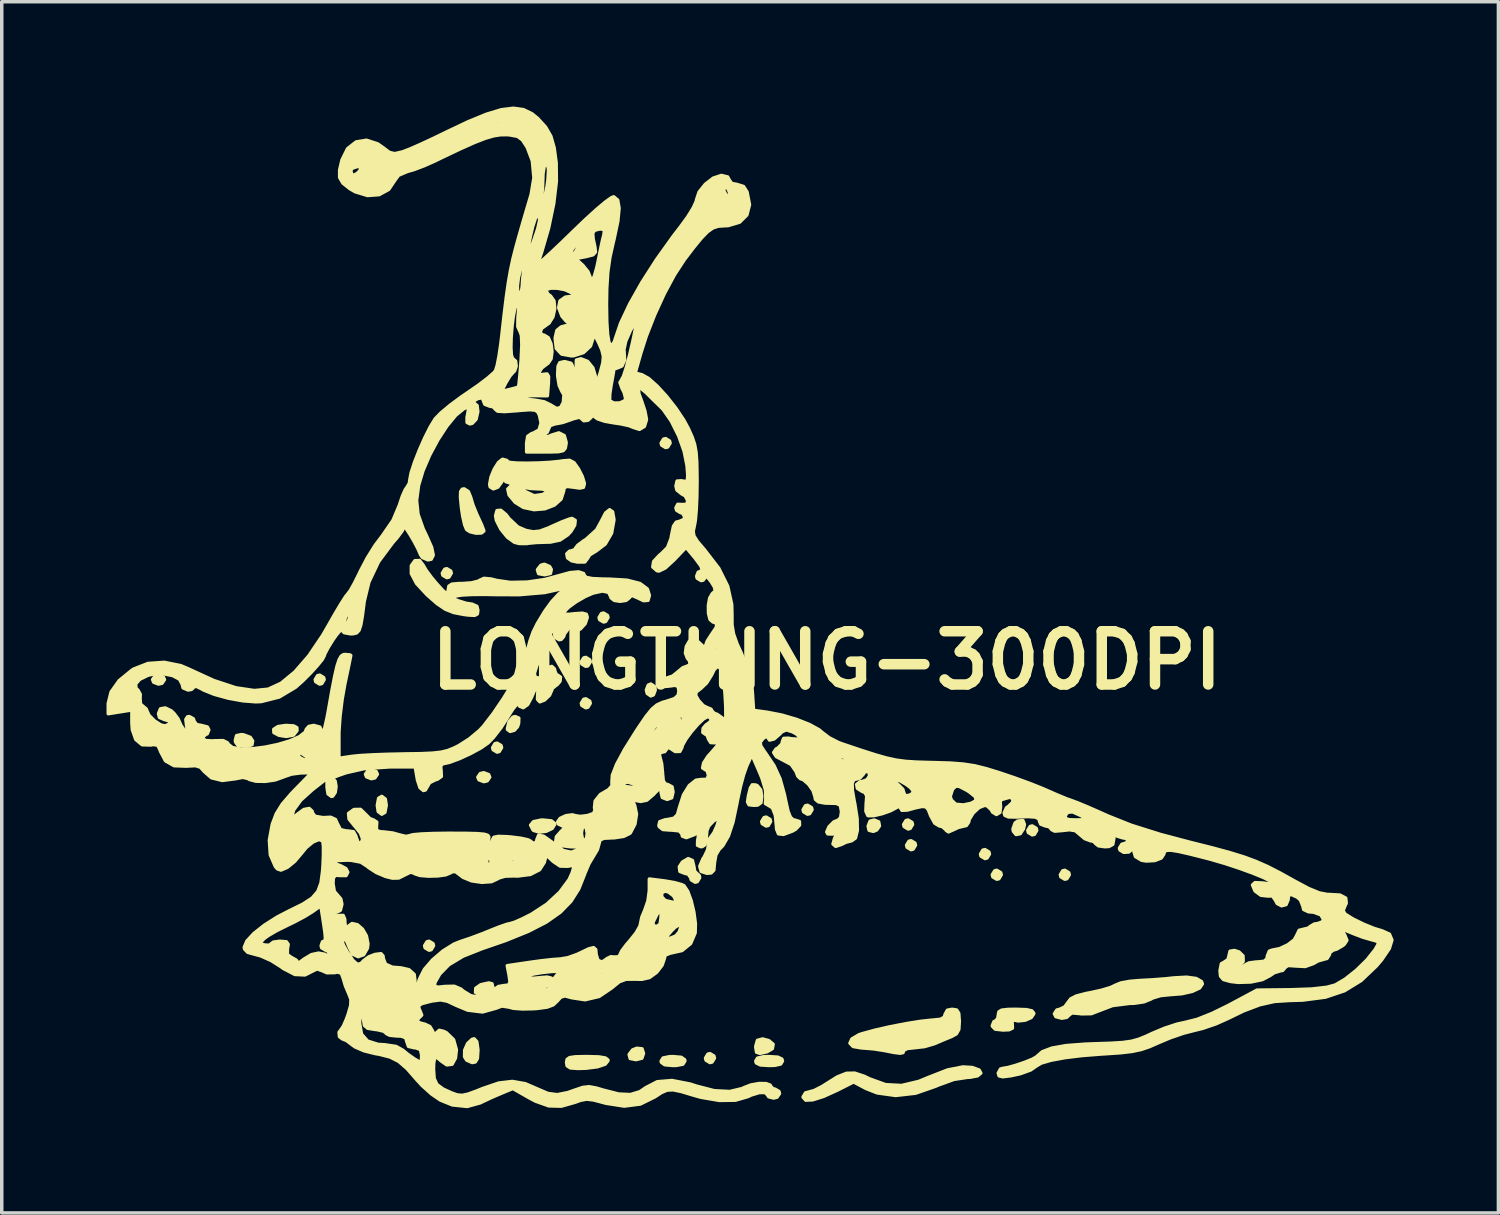
<source format=kicad_pcb>
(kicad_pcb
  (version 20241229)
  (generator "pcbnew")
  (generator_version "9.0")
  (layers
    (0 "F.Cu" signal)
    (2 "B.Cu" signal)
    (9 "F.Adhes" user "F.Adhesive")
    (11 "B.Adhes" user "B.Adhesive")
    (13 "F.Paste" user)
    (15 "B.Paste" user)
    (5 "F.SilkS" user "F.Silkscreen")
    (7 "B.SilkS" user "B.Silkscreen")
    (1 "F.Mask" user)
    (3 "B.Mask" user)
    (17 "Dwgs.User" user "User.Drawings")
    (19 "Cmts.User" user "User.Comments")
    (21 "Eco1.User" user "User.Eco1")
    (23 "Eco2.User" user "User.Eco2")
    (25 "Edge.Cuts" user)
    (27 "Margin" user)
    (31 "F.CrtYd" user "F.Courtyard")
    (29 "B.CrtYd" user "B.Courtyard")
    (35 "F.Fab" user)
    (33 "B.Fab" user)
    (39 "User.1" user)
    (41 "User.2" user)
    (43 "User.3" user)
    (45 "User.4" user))
  (footprint "LONGTHING-300DPI"
    (layer "F.Cu")
    (at 20.624 15.86)
    (property "Reference" "LONGTHING-300DPI" (at 0 0 0) (layer "F.SilkS") (effects (font (size 1.524 1.524) (thickness 0.3))))
    (attr exclude_from_pos_files exclude_from_bom)
    (fp_poly (pts (xy -18.965 0.55) (xy -19.036 0.654) (xy -19.135 0.677) (xy -19.273 0.624) (xy -19.304 0.55) (xy -19.233 0.447) (xy -19.135 0.423) (xy -18.997 0.476) (xy -18.965 0.55)) (stroke (width 0.1) (type solid)) (fill yes) (layer "F.SilkS"))
    (fp_poly (pts (xy -14.393 0.55) (xy -14.461 0.663) (xy -14.52 0.677) (xy -14.633 0.61) (xy -14.647 0.55) (xy -14.58 0.438) (xy -14.52 0.423) (xy -14.408 0.491) (xy -14.393 0.55)) (stroke (width 0.1) (type solid)) (fill yes) (layer "F.SilkS"))
    (fp_poly (pts (xy -12.869 3.26) (xy -12.94 3.363) (xy -13.039 3.387) (xy -13.177 3.334) (xy -13.208 3.26) (xy -13.137 3.156) (xy -13.039 3.133) (xy -12.901 3.186) (xy -12.869 3.26)) (stroke (width 0.1) (type solid)) (fill yes) (layer "F.SilkS"))
    (fp_poly (pts (xy -12.615 4.149) (xy -12.653 4.35) (xy -12.742 4.403) (xy -12.843 4.327) (xy -12.869 4.149) (xy -12.831 3.947) (xy -12.742 3.895) (xy -12.642 3.97) (xy -12.615 4.149)) (stroke (width 0.1) (type solid)) (fill yes) (layer "F.SilkS"))
    (fp_poly (pts (xy -11.261 8.17) (xy -11.328 8.283) (xy -11.388 8.297) (xy -11.5 8.23) (xy -11.515 8.17) (xy -11.447 8.058) (xy -11.388 8.043) (xy -11.275 8.111) (xy -11.261 8.17)) (stroke (width 0.1) (type solid)) (fill yes) (layer "F.SilkS"))
    (fp_poly (pts (xy -10.753 -2.498) (xy -10.82 -2.385) (xy -10.88 -2.371) (xy -10.992 -2.438) (xy -11.007 -2.498) (xy -10.939 -2.61) (xy -10.88 -2.625) (xy -10.767 -2.557) (xy -10.753 -2.498)) (stroke (width 0.1) (type solid)) (fill yes) (layer "F.SilkS"))
    (fp_poly (pts (xy -9.652 3.344) (xy -9.723 3.448) (xy -9.821 3.471) (xy -9.959 3.418) (xy -9.991 3.344) (xy -9.92 3.241) (xy -9.821 3.217) (xy -9.683 3.27) (xy -9.652 3.344)) (stroke (width 0.1) (type solid)) (fill yes) (layer "F.SilkS"))
    (fp_poly (pts (xy -9.313 2.498) (xy -9.381 2.61) (xy -9.44 2.625) (xy -9.553 2.557) (xy -9.567 2.498) (xy -9.5 2.385) (xy -9.44 2.371) (xy -9.328 2.438) (xy -9.313 2.498)) (stroke (width 0.1) (type solid)) (fill yes) (layer "F.SilkS"))
    (fp_poly (pts (xy -6.773 0.042) (xy -6.841 0.155) (xy -6.9 0.169) (xy -7.013 0.102) (xy -7.027 0.042) (xy -6.96 -0.07) (xy -6.9 -0.085) (xy -6.788 -0.017) (xy -6.773 0.042)) (stroke (width 0.1) (type solid)) (fill yes) (layer "F.SilkS"))
    (fp_poly (pts (xy -6.773 1.228) (xy -6.841 1.34) (xy -6.9 1.355) (xy -7.013 1.287) (xy -7.027 1.228) (xy -6.96 1.115) (xy -6.9 1.101) (xy -6.788 1.168) (xy -6.773 1.228)) (stroke (width 0.1) (type solid)) (fill yes) (layer "F.SilkS"))
    (fp_poly (pts (xy -6.265 -1.228) (xy -6.333 -1.115) (xy -6.392 -1.101) (xy -6.505 -1.168) (xy -6.519 -1.228) (xy -6.452 -1.34) (xy -6.392 -1.355) (xy -6.28 -1.287) (xy -6.265 -1.228)) (stroke (width 0.1) (type solid)) (fill yes) (layer "F.SilkS"))
    (fp_poly (pts (xy -4.911 0.847) (xy -4.964 0.985) (xy -5.038 1.016) (xy -5.141 0.945) (xy -5.165 0.847) (xy -5.112 0.709) (xy -5.038 0.677) (xy -4.934 0.748) (xy -4.911 0.847)) (stroke (width 0.1) (type solid)) (fill yes) (layer "F.SilkS"))
    (fp_poly (pts (xy -4.487 -6.223) (xy -4.555 -6.111) (xy -4.614 -6.096) (xy -4.727 -6.164) (xy -4.741 -6.223) (xy -4.674 -6.335) (xy -4.614 -6.35) (xy -4.502 -6.282) (xy -4.487 -6.223)) (stroke (width 0.1) (type solid)) (fill yes) (layer "F.SilkS"))
    (fp_poly (pts (xy -3.217 11.388) (xy -3.285 11.5) (xy -3.344 11.515) (xy -3.457 11.447) (xy -3.471 11.388) (xy -3.404 11.275) (xy -3.344 11.261) (xy -3.232 11.328) (xy -3.217 11.388)) (stroke (width 0.1) (type solid)) (fill yes) (layer "F.SilkS"))
    (fp_poly (pts (xy -1.609 4.614) (xy -1.676 4.727) (xy -1.736 4.741) (xy -1.848 4.674) (xy -1.863 4.614) (xy -1.795 4.502) (xy -1.736 4.487) (xy -1.623 4.555) (xy -1.609 4.614)) (stroke (width 0.1) (type solid)) (fill yes) (layer "F.SilkS"))
    (fp_poly (pts (xy -0.423 4.276) (xy -0.491 4.388) (xy -0.55 4.403) (xy -0.663 4.335) (xy -0.677 4.276) (xy -0.61 4.163) (xy -0.55 4.149) (xy -0.438 4.216) (xy -0.423 4.276)) (stroke (width 0.1) (type solid)) (fill yes) (layer "F.SilkS"))
    (fp_poly (pts (xy 1.507 4.741) (xy 1.429 4.855) (xy 1.333 4.895) (xy 1.212 4.864) (xy 1.185 4.748) (xy 1.241 4.603) (xy 1.361 4.572) (xy 1.486 4.625) (xy 1.507 4.741)) (stroke (width 0.1) (type solid)) (fill yes) (layer "F.SilkS"))
    (fp_poly (pts (xy 2.455 4.699) (xy 2.388 4.811) (xy 2.328 4.826) (xy 2.216 4.758) (xy 2.201 4.699) (xy 2.269 4.587) (xy 2.328 4.572) (xy 2.441 4.64) (xy 2.455 4.699)) (stroke (width 0.1) (type solid)) (fill yes) (layer "F.SilkS"))
    (fp_poly (pts (xy 2.54 5.292) (xy 2.472 5.404) (xy 2.413 5.419) (xy 2.301 5.351) (xy 2.286 5.292) (xy 2.354 5.179) (xy 2.413 5.165) (xy 2.525 5.232) (xy 2.54 5.292)) (stroke (width 0.1) (type solid)) (fill yes) (layer "F.SilkS"))
    (fp_poly (pts (xy 4.657 5.546) (xy 4.589 5.658) (xy 4.53 5.673) (xy 4.417 5.605) (xy 4.403 5.546) (xy 4.47 5.433) (xy 4.53 5.419) (xy 4.642 5.486) (xy 4.657 5.546)) (stroke (width 0.1) (type solid)) (fill yes) (layer "F.SilkS"))
    (fp_poly (pts (xy 4.995 6.138) (xy 4.928 6.251) (xy 4.868 6.265) (xy 4.756 6.198) (xy 4.741 6.138) (xy 4.809 6.026) (xy 4.868 6.011) (xy 4.981 6.079) (xy 4.995 6.138)) (stroke (width 0.1) (type solid)) (fill yes) (layer "F.SilkS"))
    (fp_poly (pts (xy 6.011 4.868) (xy 5.944 4.981) (xy 5.884 4.995) (xy 5.772 4.928) (xy 5.757 4.868) (xy 5.825 4.756) (xy 5.884 4.741) (xy 5.997 4.809) (xy 6.011 4.868)) (stroke (width 0.1) (type solid)) (fill yes) (layer "F.SilkS"))
    (fp_poly (pts (xy 6.943 6.138) (xy 6.875 6.251) (xy 6.816 6.265) (xy 6.703 6.198) (xy 6.689 6.138) (xy 6.756 6.026) (xy 6.816 6.011) (xy 6.928 6.079) (xy 6.943 6.138)) (stroke (width 0.1) (type solid)) (fill yes) (layer "F.SilkS"))
    (fp_poly (pts (xy 5.659 4.7) (xy 5.632 4.82) (xy 5.538 4.962) (xy 5.421 4.985) (xy 5.342 4.89) (xy 5.334 4.823) (xy 5.391 4.66) (xy 5.465 4.601) (xy 5.617 4.587) (xy 5.659 4.7)) (stroke (width 0.1) (type solid)) (fill yes) (layer "F.SilkS"))
    (fp_poly (pts (xy -8.819 1.654) (xy -8.825 1.806) (xy -8.857 1.898) (xy -8.947 2) (xy -9.066 2.032) (xy -9.141 1.979) (xy -9.144 1.954) (xy -9.097 1.755) (xy -8.986 1.626) (xy -8.923 1.609) (xy -8.819 1.654)) (stroke (width 0.1) (type solid)) (fill yes) (layer "F.SilkS"))
    (fp_poly (pts (xy -7.89 -2.603) (xy -7.913 -2.491) (xy -8.063 -2.456) (xy -8.086 -2.455) (xy -8.25 -2.485) (xy -8.284 -2.588) (xy -8.281 -2.603) (xy -8.185 -2.725) (xy -8.086 -2.752) (xy -7.936 -2.687) (xy -7.89 -2.603)) (stroke (width 0.1) (type solid)) (fill yes) (layer "F.SilkS"))
    (fp_poly (pts (xy -1.537 10.992) (xy -1.559 11.115) (xy -1.714 11.207) (xy -1.919 11.251) (xy -2.01 11.219) (xy -2.032 11.087) (xy -2.032 11.049) (xy -1.986 10.881) (xy -1.838 10.84) (xy -1.658 10.889) (xy -1.537 10.992)) (stroke (width 0.1) (type solid)) (fill yes) (layer "F.SilkS"))
    (fp_poly (pts (xy -16.441 2.307) (xy -16.46 2.414) (xy -16.595 2.453) (xy -16.673 2.455) (xy -16.861 2.431) (xy -16.929 2.337) (xy -16.933 2.28) (xy -16.9 2.155) (xy -16.769 2.126) (xy -16.701 2.132) (xy -16.508 2.204) (xy -16.441 2.307)) (stroke (width 0.1) (type solid)) (fill yes) (layer "F.SilkS"))
    (fp_poly (pts (xy -15.171 2.011) (xy -15.272 2.137) (xy -15.484 2.176) (xy -15.684 2.144) (xy -15.831 2.066) (xy -15.835 1.974) (xy -15.715 1.896) (xy -15.494 1.863) (xy -15.488 1.863) (xy -15.267 1.876) (xy -15.175 1.926) (xy -15.171 2.011)) (stroke (width 0.1) (type solid)) (fill yes) (layer "F.SilkS"))
    (fp_poly (pts (xy -5.249 11.255) (xy -5.295 11.39) (xy -5.456 11.43) (xy -5.467 11.43) (xy -5.628 11.399) (xy -5.658 11.291) (xy -5.657 11.282) (xy -5.56 11.154) (xy -5.439 11.107) (xy -5.29 11.123) (xy -5.249 11.254) (xy -5.249 11.255)) (stroke (width 0.1) (type solid)) (fill yes) (layer "F.SilkS"))
    (fp_poly (pts (xy -9.991 11.176) (xy -10.005 11.398) (xy -10.064 11.497) (xy -10.154 11.515) (xy -10.311 11.444) (xy -10.37 11.351) (xy -10.368 11.161) (xy -10.284 10.971) (xy -10.154 10.85) (xy -10.097 10.837) (xy -10.022 10.917) (xy -9.991 11.142) (xy -9.991 11.176)) (stroke (width 0.1) (type solid)) (fill yes) (layer "F.SilkS"))
    (fp_poly (pts (xy -7.789 4.69) (xy -7.862 4.809) (xy -8.033 4.891) (xy -8.235 4.916) (xy -8.396 4.867) (xy -8.41 4.854) (xy -8.48 4.717) (xy -8.397 4.618) (xy -8.179 4.573) (xy -8.128 4.572) (xy -7.885 4.596) (xy -7.791 4.672) (xy -7.789 4.69)) (stroke (width 0.1) (type solid)) (fill yes) (layer "F.SilkS"))
    (fp_poly (pts (xy -4.064 11.472) (xy -4.12 11.561) (xy -4.305 11.597) (xy -4.403 11.599) (xy -4.638 11.578) (xy -4.735 11.509) (xy -4.741 11.472) (xy -4.685 11.384) (xy -4.5 11.348) (xy -4.403 11.345) (xy -4.167 11.366) (xy -4.07 11.436) (xy -4.064 11.472)) (stroke (width 0.1) (type solid)) (fill yes) (layer "F.SilkS"))
    (fp_poly (pts (xy -1.863 3.892) (xy -1.885 4.074) (xy -1.98 4.142) (xy -2.081 4.149) (xy -2.226 4.133) (xy -2.268 4.053) (xy -2.241 3.873) (xy -2.187 3.654) (xy -2.133 3.564) (xy -2.046 3.566) (xy -1.993 3.585) (xy -1.894 3.705) (xy -1.863 3.892)) (stroke (width 0.1) (type solid)) (fill yes) (layer "F.SilkS"))
    (fp_poly (pts (xy -1.27 11.472) (xy -1.32 11.556) (xy -1.489 11.594) (xy -1.651 11.599) (xy -1.902 11.583) (xy -2.017 11.526) (xy -2.032 11.472) (xy -1.982 11.389) (xy -1.813 11.35) (xy -1.651 11.345) (xy -1.4 11.362) (xy -1.285 11.418) (xy -1.27 11.472)) (stroke (width 0.1) (type solid)) (fill yes) (layer "F.SilkS"))
    (fp_poly (pts (xy -6.265 11.462) (xy -6.345 11.561) (xy -6.564 11.635) (xy -6.895 11.677) (xy -7.123 11.684) (xy -7.34 11.669) (xy -7.434 11.608) (xy -7.451 11.515) (xy -7.435 11.426) (xy -7.363 11.375) (xy -7.198 11.351) (xy -6.905 11.345) (xy -6.858 11.345) (xy -6.528 11.354) (xy -6.34 11.385) (xy -6.268 11.441) (xy -6.265 11.462)) (stroke (width 0.1) (type solid)) (fill yes) (layer "F.SilkS"))
    (fp_poly (pts (xy -3.641 6.223) (xy -3.708 6.335) (xy -3.768 6.35) (xy -3.88 6.282) (xy -3.895 6.223) (xy -3.965 6.12) (xy -4.064 6.096) (xy -4.205 6.042) (xy -4.221 5.91) (xy -4.132 5.774) (xy -3.967 5.677) (xy -3.848 5.729) (xy -3.81 5.884) (xy -3.781 6.043) (xy -3.725 6.096) (xy -3.65 6.165) (xy -3.641 6.223)) (stroke (width 0.1) (type solid)) (fill yes) (layer "F.SilkS"))
    (fp_poly (pts (xy -9.821 -3.704) (xy -9.889 -3.649) (xy -10.044 -3.644) (xy -10.212 -3.684) (xy -10.312 -3.747) (xy -10.368 -3.884) (xy -10.424 -4.131) (xy -10.461 -4.382) (xy -10.488 -4.674) (xy -10.483 -4.834) (xy -10.439 -4.901) (xy -10.384 -4.911) (xy -10.264 -4.835) (xy -10.2 -4.678) (xy -10.132 -4.452) (xy -10.021 -4.178) (xy -9.987 -4.106) (xy -9.886 -3.887) (xy -9.827 -3.734) (xy -9.821 -3.704)) (stroke (width 0.1) (type solid)) (fill yes) (layer "F.SilkS"))
    (fp_poly (pts (xy 5.927 10.116) (xy 5.854 10.225) (xy 5.682 10.301) (xy 5.481 10.323) (xy 5.386 10.302) (xy 5.303 10.312) (xy 5.311 10.42) (xy 5.315 10.529) (xy 5.221 10.575) (xy 5.048 10.583) (xy 4.824 10.558) (xy 4.743 10.475) (xy 4.741 10.456) (xy 4.787 10.344) (xy 4.826 10.329) (xy 4.895 10.258) (xy 4.911 10.16) (xy 4.929 10.065) (xy 5.011 10.014) (xy 5.194 9.994) (xy 5.419 9.991) (xy 5.715 10.001) (xy 5.873 10.036) (xy 5.926 10.104) (xy 5.927 10.116)) (stroke (width 0.1) (type solid)) (fill yes) (layer "F.SilkS"))
    (fp_poly (pts (xy -6.096 -4.014) (xy -6.163 -3.643) (xy -6.343 -3.333) (xy -6.608 -3.131) (xy -6.62 -3.126) (xy -6.789 -3.022) (xy -6.858 -2.911) (xy -6.929 -2.819) (xy -7.139 -2.817) (xy -7.303 -2.852) (xy -7.421 -2.935) (xy -7.444 -3.051) (xy -7.365 -3.128) (xy -7.324 -3.133) (xy -7.211 -3.174) (xy -7.197 -3.209) (xy -7.13 -3.296) (xy -6.964 -3.42) (xy -6.893 -3.464) (xy -6.59 -3.738) (xy -6.457 -3.981) (xy -6.332 -4.222) (xy -6.218 -4.313) (xy -6.133 -4.253) (xy -6.096 -4.04) (xy -6.096 -4.014)) (stroke (width 0.1) (type solid)) (fill yes) (layer "F.SilkS"))
    (fp_poly (pts (xy -7.204 -4.009) (xy -7.219 -3.872) (xy -7.328 -3.693) (xy -7.421 -3.594) (xy -7.64 -3.447) (xy -7.914 -3.389) (xy -8.035 -3.386) (xy -8.311 -3.377) (xy -8.539 -3.356) (xy -8.594 -3.346) (xy -8.81 -3.348) (xy -8.943 -3.383) (xy -9.145 -3.529) (xy -9.332 -3.76) (xy -9.458 -4.008) (xy -9.483 -4.141) (xy -9.442 -4.289) (xy -9.335 -4.298) (xy -9.185 -4.174) (xy -9.102 -4.062) (xy -8.848 -3.822) (xy -8.616 -3.721) (xy -8.407 -3.681) (xy -8.216 -3.701) (xy -7.973 -3.791) (xy -7.846 -3.849) (xy -7.585 -3.965) (xy -7.38 -4.043) (xy -7.294 -4.064) (xy -7.204 -4.009)) (stroke (width 0.1) (type solid)) (fill yes) (layer "F.SilkS"))
    (fp_poly (pts (xy 4.41 11.817) (xy 4.317 11.895) (xy 4.097 11.936) (xy 4.029 11.938) (xy 3.64 11.997) (xy 3.178 12.165) (xy 3.119 12.192) (xy 2.543 12.392) (xy 1.972 12.457) (xy 1.441 12.383) (xy 1.125 12.258) (xy 0.768 12.069) (xy 0.314 12.299) (xy -0.092 12.484) (xy -0.402 12.582) (xy -0.602 12.591) (xy -0.677 12.507) (xy -0.677 12.499) (xy -0.608 12.384) (xy -0.52 12.361) (xy -0.357 12.316) (xy -0.131 12.2) (xy -0.033 12.138) (xy 0.302 11.928) (xy 0.563 11.824) (xy 0.8 11.819) (xy 1.067 11.907) (xy 1.225 11.983) (xy 1.681 12.148) (xy 2.141 12.173) (xy 2.638 12.055) (xy 2.921 11.938) (xy 3.46 11.728) (xy 3.898 11.642) (xy 4.165 11.658) (xy 4.363 11.73) (xy 4.41 11.817)) (stroke (width 0.1) (type solid)) (fill yes) (layer "F.SilkS"))
    (fp_poly (pts (xy 3.795 10.334) (xy 3.781 10.566) (xy 3.71 10.693) (xy 3.572 10.769) (xy 3.324 10.871) (xy 3.078 10.976) (xy 2.797 11.058) (xy 2.506 11.091) (xy 2.307 11.112) (xy 2.205 11.163) (xy 2.201 11.176) (xy 2.182 11.231) (xy 2.099 11.247) (xy 1.919 11.224) (xy 1.651 11.171) (xy 1.336 11.122) (xy 1.021 11.097) (xy 0.995 11.096) (xy 0.755 11.055) (xy 0.664 10.96) (xy 0.719 10.84) (xy 0.921 10.721) (xy 1.005 10.692) (xy 1.368 10.592) (xy 1.807 10.492) (xy 2.265 10.403) (xy 2.682 10.336) (xy 3 10.302) (xy 3.024 10.301) (xy 3.261 10.276) (xy 3.368 10.214) (xy 3.387 10.139) (xy 3.453 10.017) (xy 3.588 9.991) (xy 3.718 10.011) (xy 3.778 10.104) (xy 3.794 10.315) (xy 3.795 10.334)) (stroke (width 0.1) (type solid)) (fill yes) (layer "F.SilkS"))
    (fp_poly (pts (xy 10.753 9.264) (xy 10.675 9.379) (xy 10.466 9.476) (xy 10.166 9.544) (xy 9.83 9.57) (xy 9.555 9.598) (xy 9.33 9.666) (xy 9.276 9.697) (xy 9.081 9.776) (xy 8.786 9.818) (xy 8.665 9.821) (xy 8.18 9.883) (xy 7.883 9.996) (xy 7.574 10.115) (xy 7.287 10.12) (xy 7.246 10.113) (xy 7.02 10.094) (xy 6.943 10.149) (xy 6.943 10.151) (xy 6.87 10.221) (xy 6.731 10.245) (xy 6.561 10.201) (xy 6.519 10.118) (xy 6.589 10.011) (xy 6.669 9.991) (xy 6.816 9.921) (xy 6.901 9.804) (xy 6.986 9.692) (xy 7.148 9.61) (xy 7.426 9.538) (xy 7.564 9.512) (xy 7.876 9.443) (xy 8.133 9.365) (xy 8.276 9.296) (xy 8.426 9.236) (xy 8.686 9.189) (xy 8.967 9.166) (xy 9.338 9.146) (xy 9.711 9.117) (xy 9.929 9.093) (xy 10.3 9.072) (xy 10.576 9.109) (xy 10.73 9.197) (xy 10.753 9.264)) (stroke (width 0.1) (type solid)) (fill yes) (layer "F.SilkS"))
    (fp_poly (pts (xy -6.943 -5.055) (xy -6.969 -4.957) (xy -7.078 -4.935) (xy -7.239 -4.959) (xy -7.438 -4.983) (xy -7.521 -4.943) (xy -7.535 -4.85) (xy -7.609 -4.619) (xy -7.803 -4.446) (xy -8.005 -4.369) (xy -8.005 -4.836) (xy -8.021 -4.886) (xy -8.178 -4.91) (xy -8.231 -4.911) (xy -8.483 -4.924) (xy -8.682 -4.958) (xy -8.693 -4.961) (xy -8.764 -4.967) (xy -8.699 -4.89) (xy -8.636 -4.836) (xy -8.38 -4.714) (xy -8.127 -4.751) (xy -8.005 -4.836) (xy -8.005 -4.369) (xy -8.075 -4.342) (xy -8.383 -4.317) (xy -8.684 -4.381) (xy -8.92 -4.526) (xy -9.096 -4.737) (xy -9.133 -4.906) (xy -9.028 -5.011) (xy -8.996 -5.022) (xy -8.92 -5.052) (xy -9.007 -5.068) (xy -9.038 -5.07) (xy -9.144 -5.104) (xy -9.144 -5.376) (xy -9.186 -5.419) (xy -9.229 -5.376) (xy -9.186 -5.334) (xy -9.144 -5.376) (xy -9.144 -5.104) (xy -9.189 -5.118) (xy -9.234 -5.186) (xy -9.263 -5.202) (xy -9.316 -5.101) (xy -9.42 -4.961) (xy -9.546 -4.913) (xy -9.637 -4.968) (xy -9.652 -5.04) (xy -9.614 -5.249) (xy -9.52 -5.477) (xy -9.401 -5.666) (xy -9.289 -5.756) (xy -9.275 -5.757) (xy -9.16 -5.724) (xy -9.144 -5.694) (xy -9.067 -5.666) (xy -8.864 -5.65) (xy -8.578 -5.646) (xy -8.253 -5.653) (xy -7.931 -5.67) (xy -7.656 -5.698) (xy -7.56 -5.713) (xy -7.366 -5.729) (xy -7.238 -5.661) (xy -7.113 -5.486) (xy -7.001 -5.264) (xy -6.945 -5.078) (xy -6.943 -5.055)) (stroke (width 0.1) (type solid)) (fill yes) (layer "F.SilkS"))
    (fp_poly (pts (xy 16.182 8.006) (xy 16.108 8.248) (xy 15.89 8.57) (xy 15.738 8.749) (xy 15.3 9.166) (xy 14.823 9.459) (xy 14.276 9.642) (xy 13.626 9.727) (xy 13.257 9.737) (xy 12.82 9.765) (xy 12.397 9.86) (xy 11.935 10.035) (xy 11.49 10.251) (xy 11.141 10.407) (xy 10.762 10.536) (xy 10.538 10.591) (xy 10.216 10.674) (xy 9.832 10.806) (xy 9.505 10.944) (xy 9.241 11.06) (xy 9.003 11.141) (xy 8.744 11.196) (xy 8.419 11.234) (xy 7.98 11.264) (xy 7.875 11.27) (xy 7.316 11.314) (xy 6.823 11.374) (xy 6.423 11.448) (xy 6.142 11.529) (xy 6.011 11.606) (xy 5.837 11.727) (xy 5.544 11.833) (xy 5.271 11.893) (xy 5.041 11.921) (xy 4.935 11.896) (xy 4.911 11.818) (xy 4.974 11.701) (xy 5.035 11.684) (xy 5.194 11.657) (xy 5.431 11.59) (xy 5.685 11.503) (xy 5.897 11.416) (xy 6.009 11.35) (xy 6.011 11.347) (xy 6.172 11.206) (xy 6.447 11.102) (xy 6.853 11.03) (xy 7.405 10.988) (xy 7.68 10.978) (xy 8.138 10.963) (xy 8.471 10.942) (xy 8.722 10.907) (xy 8.933 10.849) (xy 9.148 10.762) (xy 9.315 10.683) (xy 9.665 10.536) (xy 10.026 10.417) (xy 10.289 10.359) (xy 10.612 10.277) (xy 11.033 10.109) (xy 11.514 9.873) (xy 11.515 9.872) (xy 12.319 9.442) (xy 13.293 9.431) (xy 13.887 9.41) (xy 14.317 9.361) (xy 14.563 9.294) (xy 14.846 9.127) (xy 15.168 8.871) (xy 15.47 8.575) (xy 15.696 8.29) (xy 15.703 8.28) (xy 15.794 8.12) (xy 15.775 8.047) (xy 15.626 8.003) (xy 15.607 7.999) (xy 15.356 7.927) (xy 15.089 7.826) (xy 14.866 7.734) (xy 14.772 7.718) (xy 14.783 7.783) (xy 14.835 7.872) (xy 14.892 8.016) (xy 14.817 8.13) (xy 14.772 8.166) (xy 14.602 8.265) (xy 14.499 8.295) (xy 14.405 8.366) (xy 14.393 8.424) (xy 14.324 8.533) (xy 14.245 8.554) (xy 14.061 8.606) (xy 13.934 8.68) (xy 13.699 8.764) (xy 13.448 8.751) (xy 13.21 8.735) (xy 13.124 8.789) (xy 13.123 8.795) (xy 13.054 8.877) (xy 12.982 8.89) (xy 12.809 8.944) (xy 12.692 9.024) (xy 12.47 9.14) (xy 12.145 9.208) (xy 11.781 9.219) (xy 11.562 9.193) (xy 11.359 9.137) (xy 11.275 9.039) (xy 11.261 8.886) (xy 11.299 8.687) (xy 11.388 8.636) (xy 11.491 8.565) (xy 11.515 8.467) (xy 11.548 8.328) (xy 11.67 8.307) (xy 11.804 8.349) (xy 11.918 8.462) (xy 11.923 8.617) (xy 11.824 8.735) (xy 11.79 8.747) (xy 11.69 8.779) (xy 11.753 8.793) (xy 11.785 8.796) (xy 11.937 8.76) (xy 11.98 8.721) (xy 12.093 8.663) (xy 12.298 8.636) (xy 12.324 8.636) (xy 12.526 8.616) (xy 12.607 8.54) (xy 12.615 8.467) (xy 12.672 8.326) (xy 12.751 8.297) (xy 12.972 8.253) (xy 13.203 8.144) (xy 13.385 8.004) (xy 13.462 7.868) (xy 13.462 7.864) (xy 13.527 7.729) (xy 13.626 7.705) (xy 13.788 7.666) (xy 13.843 7.62) (xy 13.962 7.549) (xy 14.06 7.535) (xy 14.194 7.485) (xy 14.224 7.417) (xy 14.148 7.285) (xy 13.943 7.209) (xy 13.794 7.197) (xy 13.657 7.133) (xy 13.631 7.03) (xy 13.563 6.859) (xy 13.468 6.776) (xy 13.295 6.699) (xy 13.222 6.73) (xy 13.208 6.858) (xy 13.151 6.992) (xy 13.024 7.026) (xy 12.897 6.96) (xy 12.846 6.863) (xy 12.761 6.743) (xy 12.628 6.746) (xy 12.433 6.725) (xy 12.264 6.602) (xy 12.192 6.43) (xy 12.262 6.365) (xy 12.478 6.374) (xy 12.488 6.376) (xy 12.683 6.398) (xy 12.782 6.391) (xy 12.785 6.386) (xy 12.709 6.317) (xy 12.501 6.214) (xy 12.194 6.088) (xy 11.819 5.952) (xy 11.408 5.816) (xy 10.991 5.694) (xy 10.88 5.665) (xy 10.404 5.544) (xy 10.067 5.467) (xy 9.847 5.433) (xy 9.72 5.44) (xy 9.663 5.483) (xy 9.652 5.544) (xy 9.578 5.658) (xy 9.392 5.73) (xy 9.149 5.744) (xy 9.017 5.723) (xy 8.84 5.616) (xy 8.799 5.481) (xy 8.779 5.375) (xy 8.749 5.397) (xy 8.648 5.486) (xy 8.503 5.495) (xy 8.396 5.429) (xy 8.382 5.376) (xy 8.45 5.264) (xy 8.509 5.249) (xy 8.622 5.204) (xy 8.636 5.165) (xy 8.565 5.095) (xy 8.474 5.08) (xy 8.318 5.032) (xy 8.269 4.974) (xy 8.237 4.967) (xy 8.219 5.097) (xy 8.219 5.101) (xy 8.19 5.267) (xy 8.079 5.328) (xy 7.959 5.334) (xy 7.78 5.309) (xy 7.705 5.25) (xy 7.705 5.249) (xy 7.635 5.178) (xy 7.554 5.165) (xy 7.423 5.116) (xy 7.423 4.543) (xy 7.36 4.491) (xy 7.281 4.445) (xy 7.042 4.337) (xy 6.895 4.349) (xy 6.827 4.445) (xy 6.83 4.526) (xy 6.944 4.563) (xy 7.136 4.569) (xy 7.354 4.564) (xy 7.423 4.543) (xy 7.423 5.116) (xy 7.389 5.104) (xy 7.253 4.989) (xy 7.119 4.875) (xy 6.946 4.848) (xy 6.768 4.869) (xy 6.528 4.889) (xy 6.435 4.842) (xy 6.435 4.833) (xy 6.364 4.759) (xy 6.265 4.741) (xy 6.127 4.688) (xy 6.096 4.614) (xy 6.07 4.531) (xy 5.971 4.486) (xy 5.766 4.472) (xy 5.44 4.484) (xy 5.205 4.482) (xy 5.099 4.435) (xy 5.08 4.365) (xy 5.148 4.218) (xy 5.207 4.179) (xy 5.32 4.068) (xy 5.334 4.004) (xy 5.28 3.916) (xy 5.2 3.928) (xy 5.046 3.973) (xy 5 3.979) (xy 4.965 4.05) (xy 4.975 4.191) (xy 4.955 4.354) (xy 4.858 4.411) (xy 4.746 4.343) (xy 4.711 4.276) (xy 4.594 4.164) (xy 4.521 4.149) (xy 4.357 4.215) (xy 4.276 4.291) (xy 4.276 4.017) (xy 4.257 3.904) (xy 4.074 3.757) (xy 3.986 3.705) (xy 3.799 3.609) (xy 3.696 3.598) (xy 3.616 3.673) (xy 3.597 3.699) (xy 3.533 3.896) (xy 3.567 3.999) (xy 3.694 4.12) (xy 3.911 4.139) (xy 4.131 4.094) (xy 4.276 4.017) (xy 4.276 4.291) (xy 4.189 4.372) (xy 4.078 4.554) (xy 4.064 4.627) (xy 3.996 4.728) (xy 3.936 4.741) (xy 3.765 4.783) (xy 3.628 4.847) (xy 3.485 4.91) (xy 3.418 4.864) (xy 3.411 4.847) (xy 3.304 4.755) (xy 3.227 4.741) (xy 3.093 4.662) (xy 2.975 4.446) (xy 2.972 4.438) (xy 2.911 4.277) (xy 2.844 4.194) (xy 2.73 4.18) (xy 2.524 4.225) (xy 2.484 4.236) (xy 2.484 3.748) (xy 2.398 3.641) (xy 2.289 3.558) (xy 2.106 3.45) (xy 1.981 3.418) (xy 1.964 3.426) (xy 1.978 3.507) (xy 2.054 3.567) (xy 2.177 3.691) (xy 2.201 3.772) (xy 2.244 3.883) (xy 2.379 3.857) (xy 2.442 3.82) (xy 2.484 3.748) (xy 2.484 4.236) (xy 2.307 4.285) (xy 2.151 4.292) (xy 2.117 4.233) (xy 2.073 4.174) (xy 2.011 4.205) (xy 1.824 4.305) (xy 1.582 4.39) (xy 1.35 4.444) (xy 1.193 4.447) (xy 1.176 4.44) (xy 1.121 4.317) (xy 1.129 4.089) (xy 1.13 4.087) (xy 1.146 3.88) (xy 1.091 3.781) (xy 1.012 3.749) (xy 0.877 3.664) (xy 0.857 3.552) (xy 0.953 3.477) (xy 1.007 3.471) (xy 1.151 3.419) (xy 1.229 3.304) (xy 1.204 3.19) (xy 1.181 3.172) (xy 1.087 3.193) (xy 1.049 3.254) (xy 0.946 3.37) (xy 0.885 3.387) (xy 0.776 3.414) (xy 0.726 3.513) (xy 0.731 3.714) (xy 0.788 4.044) (xy 0.802 4.108) (xy 0.868 4.534) (xy 0.874 4.867) (xy 0.821 5.085) (xy 0.711 5.165) (xy 0.708 5.165) (xy 0.593 5.195) (xy 0.593 2.845) (xy 0.526 2.791) (xy 0.466 2.763) (xy 0.357 2.762) (xy 0.339 2.797) (xy 0.407 2.869) (xy 0.466 2.879) (xy 0.579 2.861) (xy 0.593 2.845) (xy 0.593 5.195) (xy 0.545 5.207) (xy 0.426 5.267) (xy 0.256 5.324) (xy 0.179 5.256) (xy 0.225 5.094) (xy 0.231 5.085) (xy 0.284 4.972) (xy 0.214 4.96) (xy 0.164 4.972) (xy 0.03 4.967) (xy 0 4.914) (xy 0.064 4.764) (xy 0.204 4.624) (xy 0.333 4.572) (xy 0.398 4.499) (xy 0.423 4.332) (xy 0.389 4.148) (xy 0.339 4.124) (xy 0.339 3.852) (xy 0.296 3.81) (xy 0.254 3.852) (xy 0.296 3.895) (xy 0.339 3.852) (xy 0.339 4.124) (xy 0.275 4.094) (xy -0.05 4.085) (xy -0.239 4.05) (xy -0.324 3.978) (xy -0.339 3.895) (xy -0.394 3.724) (xy -0.524 3.541) (xy -0.675 3.412) (xy -0.753 3.387) (xy -0.828 3.315) (xy -0.88 3.18) (xy -1.017 2.98) (xy -1.228 2.867) (xy -1.444 2.754) (xy -1.52 2.636) (xy -1.447 2.533) (xy -1.397 2.509) (xy -1.284 2.393) (xy -1.27 2.324) (xy -1.234 2.234) (xy -1.1 2.228) (xy -1.016 2.244) (xy -0.821 2.258) (xy -0.771 2.203) (xy -0.868 2.105) (xy -0.983 2.043) (xy -1.161 1.988) (xy -1.288 2.046) (xy -1.353 2.114) (xy -1.51 2.249) (xy -1.542 2.257) (xy -1.542 1.903) (xy -1.552 1.891) (xy -1.603 1.903) (xy -1.609 1.947) (xy -1.578 2.017) (xy -1.552 2.004) (xy -1.542 1.903) (xy -1.542 2.257) (xy -1.638 2.281) (xy -1.693 2.202) (xy -1.693 2.195) (xy -1.741 2.174) (xy -1.829 2.24) (xy -1.878 2.304) (xy -1.878 1.832) (xy -1.891 1.806) (xy -1.991 1.796) (xy -2.004 1.806) (xy -1.992 1.857) (xy -1.947 1.863) (xy -1.878 1.832) (xy -1.878 2.304) (xy -1.905 2.34) (xy -1.894 2.444) (xy -1.786 2.61) (xy -1.757 2.648) (xy -1.511 3.014) (xy -1.34 3.386) (xy -1.215 3.836) (xy -1.181 4) (xy -1.111 4.315) (xy -1.042 4.492) (xy -0.962 4.565) (xy -0.916 4.572) (xy -0.784 4.614) (xy -0.781 4.716) (xy -0.897 4.837) (xy -0.991 4.889) (xy -1.242 4.982) (xy -1.383 4.964) (xy -1.437 4.828) (xy -1.44 4.763) (xy -1.471 4.435) (xy -1.553 4.222) (xy -1.67 4.149) (xy -1.756 4.1) (xy -1.745 3.943) (xy -1.752 3.714) (xy -1.855 3.373) (xy -1.919 3.217) (xy -2.144 2.697) (xy -2.294 3.023) (xy -2.378 3.261) (xy -2.389 3.299) (xy -2.389 1.988) (xy -2.399 1.976) (xy -2.449 1.987) (xy -2.455 2.032) (xy -2.424 2.102) (xy -2.399 2.088) (xy -2.389 1.988) (xy -2.389 3.299) (xy -2.471 3.603) (xy -2.553 3.984) (xy -2.571 4.082) (xy -2.686 4.628) (xy -2.818 5.028) (xy -2.879 5.133) (xy -2.879 3.429) (xy -2.89 3.418) (xy -2.89 1.586) (xy -2.893 1.312) (xy -2.912 0.973) (xy -2.92 0.875) (xy -2.969 0.47) (xy -3.037 0.232) (xy -3.121 0.163) (xy -3.133 0.174) (xy -3.133 -0.339) (xy -3.152 -0.393) (xy -3.152 -1.067) (xy -3.26 -1.101) (xy -3.343 -1.173) (xy -3.386 -1.35) (xy -3.389 -1.573) (xy -3.353 -1.781) (xy -3.276 -1.915) (xy -3.262 -1.924) (xy -3.192 -1.992) (xy -3.216 -2.101) (xy -3.304 -2.246) (xy -3.411 -2.382) (xy -3.468 -2.407) (xy -3.471 -2.392) (xy -3.54 -2.298) (xy -3.598 -2.286) (xy -3.711 -2.354) (xy -3.725 -2.413) (xy -3.68 -2.526) (xy -3.641 -2.54) (xy -3.563 -2.579) (xy -3.603 -2.703) (xy -3.766 -2.925) (xy -3.793 -2.957) (xy -4.029 -3.24) (xy -4.375 -2.877) (xy -4.627 -2.646) (xy -4.805 -2.56) (xy -4.858 -2.567) (xy -4.981 -2.675) (xy -4.957 -2.831) (xy -4.789 -3.012) (xy -4.746 -3.045) (xy -4.56 -3.229) (xy -4.461 -3.486) (xy -4.44 -3.601) (xy -4.387 -3.846) (xy -4.309 -3.959) (xy -4.224 -3.979) (xy -4.092 -4.035) (xy -4.064 -4.106) (xy -4.132 -4.219) (xy -4.191 -4.233) (xy -4.301 -4.302) (xy -4.318 -4.37) (xy -4.266 -4.469) (xy -4.149 -4.463) (xy -4.012 -4.467) (xy -3.979 -4.57) (xy -4.051 -4.712) (xy -4.149 -4.766) (xy -4.292 -4.88) (xy -4.318 -4.997) (xy -4.286 -5.134) (xy -4.16 -5.143) (xy -4.137 -5.137) (xy -4.037 -5.122) (xy -3.988 -5.167) (xy -3.98 -5.309) (xy -4.001 -5.577) (xy -4.082 -5.986) (xy -4.241 -6.431) (xy -4.45 -6.85) (xy -4.681 -7.182) (xy -4.754 -7.257) (xy -4.961 -7.458) (xy -5.164 -7.661) (xy -5.323 -7.794) (xy -5.395 -7.784) (xy -5.379 -7.634) (xy -5.296 -7.406) (xy -5.21 -7.148) (xy -5.166 -6.918) (xy -5.165 -6.887) (xy -5.223 -6.701) (xy -5.362 -6.617) (xy -5.526 -6.668) (xy -5.665 -6.723) (xy -5.908 -6.776) (xy -6.09 -6.802) (xy -6.36 -6.849) (xy -6.363 -6.851) (xy -6.363 -12.322) (xy -6.45 -12.356) (xy -6.529 -12.348) (xy -6.652 -12.314) (xy -6.703 -12.233) (xy -6.689 -12.063) (xy -6.641 -11.843) (xy -6.624 -11.693) (xy -6.693 -11.615) (xy -6.891 -11.564) (xy -6.893 -11.564) (xy -7.041 -11.536) (xy -7.041 -11.998) (xy -7.064 -12.007) (xy -7.182 -11.906) (xy -7.297 -11.766) (xy -7.313 -11.667) (xy -7.27 -11.614) (xy -7.225 -11.644) (xy -7.145 -11.787) (xy -7.111 -11.853) (xy -7.041 -11.998) (xy -7.041 -11.536) (xy -7.197 -11.507) (xy -6.985 -11.311) (xy -6.839 -11.132) (xy -6.774 -10.967) (xy -6.773 -10.959) (xy -6.756 -10.846) (xy -6.711 -10.874) (xy -6.649 -11.02) (xy -6.582 -11.26) (xy -6.537 -11.472) (xy -6.475 -11.781) (xy -6.417 -12.049) (xy -6.384 -12.178) (xy -6.363 -12.322) (xy -6.363 -6.851) (xy -6.395 -6.861) (xy -6.395 -8.707) (xy -6.438 -8.885) (xy -6.518 -9.072) (xy -6.619 -9.274) (xy -6.672 -9.324) (xy -6.687 -9.25) (xy -6.689 -9.244) (xy -6.689 -9.864) (xy -6.707 -9.882) (xy -6.707 -10.289) (xy -6.717 -10.301) (xy -6.767 -10.289) (xy -6.773 -10.245) (xy -6.742 -10.175) (xy -6.717 -10.188) (xy -6.707 -10.289) (xy -6.707 -9.882) (xy -6.731 -9.906) (xy -6.773 -9.864) (xy -6.731 -9.821) (xy -6.689 -9.864) (xy -6.689 -9.244) (xy -6.766 -9.002) (xy -6.968 -8.814) (xy -7.249 -8.724) (xy -7.313 -8.721) (xy -7.592 -8.772) (xy -7.744 -8.934) (xy -7.776 -9.214) (xy -7.774 -9.244) (xy -7.727 -9.448) (xy -7.606 -9.547) (xy -7.493 -9.578) (xy -7.349 -9.617) (xy -7.334 -9.641) (xy -7.343 -9.642) (xy -7.461 -9.714) (xy -7.583 -9.86) (xy -7.676 -10.099) (xy -7.639 -10.292) (xy -7.484 -10.402) (xy -7.386 -10.414) (xy -7.235 -10.421) (xy -7.237 -10.465) (xy -7.329 -10.538) (xy -7.495 -10.616) (xy -7.535 -10.624) (xy -7.535 -11.557) (xy -7.578 -11.599) (xy -7.62 -11.557) (xy -7.578 -11.515) (xy -7.535 -11.557) (xy -7.535 -10.624) (xy -7.62 -10.64) (xy -7.62 -11.388) (xy -7.662 -11.43) (xy -7.705 -11.388) (xy -7.662 -11.345) (xy -7.62 -11.388) (xy -7.62 -10.64) (xy -7.708 -10.658) (xy -7.906 -10.661) (xy -8.029 -10.62) (xy -8.043 -10.588) (xy -7.979 -10.482) (xy -7.91 -10.433) (xy -7.811 -10.292) (xy -7.791 -10.072) (xy -7.841 -9.839) (xy -7.953 -9.658) (xy -8.022 -9.611) (xy -8.166 -9.506) (xy -8.21 -9.392) (xy -8.144 -9.319) (xy -8.095 -9.313) (xy -7.975 -9.241) (xy -7.897 -9.063) (xy -7.869 -8.841) (xy -7.896 -8.635) (xy -7.985 -8.505) (xy -8.003 -8.496) (xy -8.151 -8.383) (xy -8.214 -8.296) (xy -8.25 -8.187) (xy -8.163 -8.18) (xy -8.121 -8.19) (xy -8.01 -8.201) (xy -7.967 -8.129) (xy -7.972 -7.932) (xy -7.974 -7.907) (xy -8.001 -7.578) (xy -8.31 -7.582) (xy -8.31 -10.813) (xy -8.323 -10.899) (xy -8.35 -10.934) (xy -8.365 -10.821) (xy -8.365 -10.795) (xy -8.356 -10.65) (xy -8.33 -10.638) (xy -8.326 -10.645) (xy -8.31 -10.813) (xy -8.31 -7.582) (xy -8.404 -7.583) (xy -8.467 -7.58) (xy -8.467 -9.694) (xy -8.509 -9.737) (xy -8.551 -9.694) (xy -8.509 -9.652) (xy -8.467 -9.694) (xy -8.467 -7.58) (xy -8.62 -7.574) (xy -8.654 -7.564) (xy -8.654 -11.359) (xy -8.683 -11.376) (xy -8.705 -11.345) (xy -8.779 -11.172) (xy -8.833 -10.944) (xy -8.86 -10.719) (xy -8.852 -10.553) (xy -8.813 -10.499) (xy -8.742 -10.571) (xy -8.721 -10.7) (xy -8.706 -10.928) (xy -8.673 -11.187) (xy -8.654 -11.359) (xy -8.654 -7.564) (xy -8.714 -7.545) (xy -8.7 -7.521) (xy -8.542 -7.47) (xy -8.34 -7.449) (xy -8.096 -7.405) (xy -7.921 -7.321) (xy -7.738 -7.212) (xy -7.622 -7.239) (xy -7.542 -7.387) (xy -7.525 -7.606) (xy -7.587 -7.711) (xy -7.662 -7.878) (xy -7.702 -8.127) (xy -7.705 -8.198) (xy -7.694 -8.422) (xy -7.644 -8.524) (xy -7.526 -8.551) (xy -7.493 -8.551) (xy -7.323 -8.507) (xy -7.281 -8.424) (xy -7.24 -8.312) (xy -7.205 -8.297) (xy -7.161 -8.365) (xy -7.172 -8.467) (xy -7.169 -8.6) (xy -7.039 -8.636) (xy -6.848 -8.561) (xy -6.698 -8.376) (xy -6.628 -8.14) (xy -6.639 -8.002) (xy -6.675 -7.823) (xy -6.663 -7.783) (xy -6.617 -7.864) (xy -6.547 -8.045) (xy -6.483 -8.246) (xy -6.411 -8.519) (xy -6.395 -8.707) (xy -6.395 -6.861) (xy -6.56 -6.916) (xy -6.625 -6.962) (xy -6.7 -7.026) (xy -6.745 -6.964) (xy -6.836 -6.878) (xy -6.858 -6.875) (xy -6.858 -7.578) (xy -6.9 -7.62) (xy -6.943 -7.578) (xy -6.9 -7.535) (xy -6.858 -7.578) (xy -6.858 -6.875) (xy -6.958 -6.863) (xy -7.027 -6.927) (xy -7.027 -6.938) (xy -7.095 -6.961) (xy -7.263 -6.919) (xy -7.321 -6.896) (xy -7.564 -6.813) (xy -7.769 -6.774) (xy -7.787 -6.773) (xy -7.927 -6.721) (xy -7.959 -6.646) (xy -8.007 -6.534) (xy -8.048 -6.519) (xy -8.099 -6.468) (xy -8.087 -6.436) (xy -7.98 -6.405) (xy -7.881 -6.45) (xy -7.67 -6.514) (xy -7.518 -6.437) (xy -7.463 -6.243) (xy -7.466 -6.202) (xy -7.489 -6.077) (xy -7.548 -6.007) (xy -7.683 -5.977) (xy -7.935 -5.969) (xy -8.043 -5.969) (xy -8.594 -5.969) (xy -8.594 -6.223) (xy -8.563 -6.416) (xy -8.448 -6.496) (xy -8.412 -6.503) (xy -8.239 -6.597) (xy -8.18 -6.796) (xy -8.225 -7.015) (xy -8.272 -7.114) (xy -8.35 -7.166) (xy -8.498 -7.179) (xy -8.731 -7.163) (xy -8.731 -9.035) (xy -8.742 -9.305) (xy -8.785 -9.427) (xy -8.791 -9.432) (xy -8.846 -9.559) (xy -8.842 -9.824) (xy -8.835 -9.889) (xy -8.814 -10.127) (xy -8.835 -10.218) (xy -8.877 -10.2) (xy -8.931 -10.079) (xy -8.978 -9.849) (xy -9.014 -9.556) (xy -9.038 -9.244) (xy -9.045 -8.958) (xy -9.032 -8.741) (xy -8.996 -8.639) (xy -8.987 -8.636) (xy -8.911 -8.57) (xy -8.894 -8.427) (xy -8.939 -8.29) (xy -8.975 -8.255) (xy -9.071 -8.148) (xy -9.185 -7.961) (xy -9.19 -7.951) (xy -9.32 -7.7) (xy -9.084 -7.756) (xy -8.907 -7.802) (xy -8.827 -7.829) (xy -8.812 -7.915) (xy -8.79 -8.131) (xy -8.764 -8.439) (xy -8.751 -8.61) (xy -8.731 -9.035) (xy -8.731 -7.163) (xy -8.759 -7.161) (xy -8.889 -7.149) (xy -9.231 -7.125) (xy -9.424 -7.137) (xy -9.483 -7.186) (xy -9.553 -7.263) (xy -9.652 -7.281) (xy -9.79 -7.334) (xy -9.821 -7.408) (xy -9.861 -7.521) (xy -9.989 -7.5) (xy -10.075 -7.451) (xy -10.144 -7.382) (xy -10.097 -7.367) (xy -10.013 -7.296) (xy -9.993 -7.121) (xy -10.042 -6.907) (xy -10.151 -6.79) (xy -10.218 -6.773) (xy -10.299 -6.814) (xy -10.3 -6.962) (xy -10.285 -7.035) (xy -10.256 -7.209) (xy -10.292 -7.252) (xy -10.397 -7.206) (xy -10.626 -7.019) (xy -10.88 -6.709) (xy -11.137 -6.315) (xy -11.372 -5.876) (xy -11.563 -5.431) (xy -11.687 -5.019) (xy -11.689 -5.011) (xy -11.746 -4.577) (xy -11.705 -4.185) (xy -11.557 -3.767) (xy -11.471 -3.588) (xy -11.316 -3.24) (xy -11.269 -3.014) (xy -11.327 -2.898) (xy -11.42 -2.879) (xy -11.579 -2.948) (xy -11.631 -3.027) (xy -11.705 -3.197) (xy -11.813 -3.404) (xy -11.932 -3.607) (xy -12.035 -3.764) (xy -12.099 -3.833) (xy -12.107 -3.821) (xy -12.161 -3.708) (xy -12.299 -3.521) (xy -12.435 -3.364) (xy -12.834 -2.828) (xy -13.113 -2.239) (xy -13.245 -1.693) (xy -13.297 -1.288) (xy -13.342 -1.021) (xy -13.393 -0.864) (xy -13.462 -0.788) (xy -13.561 -0.764) (xy -13.638 -0.762) (xy -13.639 -0.762) (xy -13.639 -1.365) (xy -13.68 -1.392) (xy -13.768 -1.265) (xy -13.785 -1.228) (xy -13.831 -1.076) (xy -13.805 -1.016) (xy -13.721 -1.086) (xy -13.672 -1.192) (xy -13.639 -1.365) (xy -13.639 -0.762) (xy -13.818 -0.794) (xy -13.886 -0.868) (xy -13.927 -0.864) (xy -14.032 -0.744) (xy -14.139 -0.593) (xy -14.281 -0.364) (xy -14.373 -0.188) (xy -14.393 -0.127) (xy -14.449 -0.023) (xy -14.595 0.156) (xy -14.794 0.374) (xy -15.012 0.591) (xy -15.213 0.769) (xy -15.68 1.048) (xy -16.193 1.178) (xy -16.35 1.185) (xy -16.724 1.156) (xy -17.14 1.08) (xy -17.536 0.971) (xy -17.847 0.846) (xy -17.92 0.804) (xy -18.061 0.737) (xy -18.119 0.76) (xy -18.19 0.83) (xy -18.288 0.847) (xy -18.43 0.786) (xy -18.457 0.681) (xy -18.533 0.538) (xy -18.728 0.434) (xy -18.996 0.381) (xy -19.288 0.39) (xy -19.442 0.427) (xy -19.674 0.541) (xy -19.793 0.676) (xy -19.778 0.803) (xy -19.728 0.847) (xy -19.658 0.973) (xy -19.664 1.087) (xy -19.652 1.25) (xy -19.591 1.304) (xy -19.485 1.393) (xy -19.473 1.433) (xy -19.407 1.575) (xy -19.251 1.732) (xy -19.07 1.849) (xy -18.94 1.878) (xy -18.811 1.812) (xy -18.825 1.73) (xy -18.965 1.693) (xy -19.107 1.633) (xy -19.135 1.524) (xy -19.079 1.387) (xy -18.941 1.362) (xy -18.768 1.447) (xy -18.688 1.525) (xy -18.577 1.674) (xy -18.539 1.758) (xy -18.49 1.866) (xy -18.404 1.99) (xy -18.317 2.091) (xy -18.296 2.067) (xy -18.326 1.897) (xy -18.329 1.884) (xy -18.352 1.691) (xy -18.304 1.616) (xy -18.252 1.609) (xy -18.136 1.674) (xy -18.119 1.736) (xy -18.045 1.838) (xy -17.907 1.863) (xy -17.737 1.907) (xy -17.695 1.99) (xy -17.741 2.102) (xy -17.78 2.117) (xy -17.858 2.184) (xy -17.865 2.225) (xy -17.799 2.295) (xy -17.592 2.306) (xy -17.527 2.301) (xy -17.284 2.298) (xy -17.161 2.36) (xy -17.137 2.404) (xy -17.017 2.498) (xy -16.777 2.538) (xy -16.455 2.531) (xy -16.088 2.485) (xy -15.715 2.408) (xy -15.373 2.305) (xy -15.1 2.185) (xy -14.934 2.056) (xy -14.901 1.971) (xy -14.829 1.89) (xy -14.69 1.863) (xy -14.516 1.91) (xy -14.478 2.004) (xy -14.464 2.12) (xy -14.427 2.088) (xy -14.374 1.927) (xy -14.311 1.654) (xy -14.268 1.424) (xy -14.169 0.865) (xy -14.089 0.453) (xy -14.023 0.166) (xy -13.963 -0.019) (xy -13.904 -0.122) (xy -13.839 -0.164) (xy -13.795 -0.169) (xy -13.66 -0.158) (xy -13.631 -0.142) (xy -13.648 -0.053) (xy -13.692 0.164) (xy -13.757 0.472) (xy -13.801 0.677) (xy -13.88 1.126) (xy -13.939 1.611) (xy -13.969 2.044) (xy -13.97 2.137) (xy -13.97 2.804) (xy -13.593 2.748) (xy -13.364 2.725) (xy -13.011 2.705) (xy -12.583 2.689) (xy -12.125 2.679) (xy -12.09 2.678) (xy -11.623 2.671) (xy -11.287 2.656) (xy -11.042 2.628) (xy -10.852 2.582) (xy -10.676 2.511) (xy -10.533 2.439) (xy -10.231 2.246) (xy -9.947 2.009) (xy -9.833 1.889) (xy -9.544 1.512) (xy -9.254 1.084) (xy -8.987 0.645) (xy -8.769 0.238) (xy -8.623 -0.098) (xy -8.588 -0.212) (xy -8.498 -0.555) (xy -8.407 -0.815) (xy -8.285 -1.06) (xy -8.101 -1.364) (xy -8.068 -1.416) (xy -7.877 -1.679) (xy -7.678 -1.896) (xy -7.555 -1.993) (xy -7.445 -2.068) (xy -7.47 -2.08) (xy -7.493 -2.074) (xy -8.079 -1.944) (xy -8.796 -1.883) (xy -9.419 -1.884) (xy -9.815 -1.891) (xy -10.173 -1.887) (xy -10.442 -1.873) (xy -10.541 -1.859) (xy -10.795 -1.805) (xy -10.557 -1.707) (xy -10.328 -1.635) (xy -10.154 -1.609) (xy -10.018 -1.547) (xy -9.991 -1.434) (xy -10.006 -1.331) (xy -10.082 -1.29) (xy -10.261 -1.299) (xy -10.393 -1.316) (xy -10.684 -1.372) (xy -10.92 -1.466) (xy -11.157 -1.626) (xy -11.441 -1.875) (xy -11.747 -2.205) (xy -11.895 -2.487) (xy -11.895 -2.713) (xy -11.793 -2.854) (xy -11.66 -2.859) (xy -11.561 -2.731) (xy -11.479 -2.588) (xy -11.322 -2.376) (xy -11.176 -2.201) (xy -10.992 -1.999) (xy -10.891 -1.914) (xy -10.848 -1.935) (xy -10.84 -2.011) (xy -10.82 -2.126) (xy -10.735 -2.183) (xy -10.542 -2.2) (xy -10.431 -2.201) (xy -10.171 -2.22) (xy -9.977 -2.269) (xy -9.928 -2.298) (xy -9.814 -2.349) (xy -9.614 -2.33) (xy -9.452 -2.289) (xy -9.059 -2.232) (xy -8.579 -2.242) (xy -8.079 -2.314) (xy -7.675 -2.424) (xy -7.351 -2.513) (xy -7.104 -2.534) (xy -6.963 -2.486) (xy -6.943 -2.433) (xy -6.889 -2.376) (xy -6.713 -2.342) (xy -6.396 -2.328) (xy -6.241 -2.327) (xy -5.718 -2.296) (xy -5.35 -2.202) (xy -5.138 -2.045) (xy -5.08 -1.861) (xy -5.119 -1.721) (xy -5.246 -1.711) (xy -5.431 -1.799) (xy -5.575 -1.862) (xy -5.642 -1.816) (xy -5.648 -1.799) (xy -5.747 -1.719) (xy -5.917 -1.693) (xy -6.085 -1.719) (xy -6.178 -1.794) (xy -6.181 -1.815) (xy -6.246 -1.949) (xy -6.426 -1.987) (xy -6.694 -1.928) (xy -6.916 -1.831) (xy -7.176 -1.681) (xy -7.388 -1.528) (xy -7.461 -1.458) (xy -7.536 -1.358) (xy -7.515 -1.316) (xy -7.37 -1.32) (xy -7.228 -1.335) (xy -6.995 -1.351) (xy -6.885 -1.32) (xy -6.858 -1.233) (xy -6.918 -1.053) (xy -7.057 -0.9) (xy -7.191 -0.847) (xy -7.278 -0.912) (xy -7.281 -0.937) (xy -7.329 -0.961) (xy -7.408 -0.901) (xy -7.512 -0.758) (xy -7.535 -0.683) (xy -7.604 -0.603) (xy -7.662 -0.593) (xy -7.775 -0.66) (xy -7.789 -0.72) (xy -7.817 -0.842) (xy -7.889 -0.824) (xy -7.987 -0.68) (xy -8.087 -0.445) (xy -8.187 -0.166) (xy -8.276 0.076) (xy -8.305 0.152) (xy -8.374 0.375) (xy -8.348 0.483) (xy -8.247 0.508) (xy -8.119 0.437) (xy -8.068 0.339) (xy -7.986 0.208) (xy -7.874 0.173) (xy -7.797 0.244) (xy -7.789 0.296) (xy -7.744 0.409) (xy -7.705 0.423) (xy -7.627 0.479) (xy -7.637 0.596) (xy -7.724 0.697) (xy -7.747 0.708) (xy -7.859 0.801) (xy -7.874 0.85) (xy -7.94 0.999) (xy -8.085 1.135) (xy -8.216 1.185) (xy -8.282 1.115) (xy -8.277 0.974) (xy -8.263 0.802) (xy -8.303 0.774) (xy -8.381 0.883) (xy -8.455 1.058) (xy -8.566 1.264) (xy -8.691 1.353) (xy -8.796 1.31) (xy -8.827 1.249) (xy -8.882 1.261) (xy -8.992 1.395) (xy -9.134 1.621) (xy -9.137 1.627) (xy -9.331 1.929) (xy -9.548 2.207) (xy -9.694 2.359) (xy -9.901 2.504) (xy -10.192 2.662) (xy -10.509 2.809) (xy -10.798 2.917) (xy -11.003 2.963) (xy -11.011 2.963) (xy -11.057 3.032) (xy -11.044 3.164) (xy -11.037 3.322) (xy -11.15 3.402) (xy -11.212 3.42) (xy -11.374 3.502) (xy -11.43 3.6) (xy -11.495 3.711) (xy -11.55 3.725) (xy -11.646 3.646) (xy -11.718 3.429) (xy -11.726 3.387) (xy -11.784 3.048) (xy -12.517 3.049) (xy -13.251 3.099) (xy -13.758 3.214) (xy -14.001 3.298) (xy -14.146 3.358) (xy -14.161 3.382) (xy -14.079 3.454) (xy -14.052 3.612) (xy -14.076 3.78) (xy -14.148 3.886) (xy -14.182 3.895) (xy -14.281 3.821) (xy -14.309 3.634) (xy -14.309 3.374) (xy -14.725 3.698) (xy -15.061 4.001) (xy -15.265 4.281) (xy -15.325 4.491) (xy -15.275 4.499) (xy -15.156 4.404) (xy -15.155 4.403) (xy -14.972 4.27) (xy -14.819 4.241) (xy -14.736 4.32) (xy -14.732 4.36) (xy -14.655 4.464) (xy -14.429 4.503) (xy -14.206 4.492) (xy -14.069 4.555) (xy -14.008 4.688) (xy -13.926 4.846) (xy -13.757 4.885) (xy -13.73 4.883) (xy -13.553 4.906) (xy -13.482 5.032) (xy -13.477 5.059) (xy -13.421 5.21) (xy -13.345 5.243) (xy -13.296 5.145) (xy -13.294 5.101) (xy -13.353 4.944) (xy -13.495 4.764) (xy -13.506 4.754) (xy -13.679 4.541) (xy -13.693 4.382) (xy -13.546 4.276) (xy -13.529 4.27) (xy -13.351 4.267) (xy -13.223 4.391) (xy -13.086 4.53) (xy -12.976 4.572) (xy -12.886 4.631) (xy -12.894 4.741) (xy -12.897 4.863) (xy -12.789 4.907) (xy -12.698 4.911) (xy -12.428 4.943) (xy -12.226 4.999) (xy -12.046 5.041) (xy -11.945 5.018) (xy -11.847 4.992) (xy -11.612 4.971) (xy -11.273 4.957) (xy -10.864 4.951) (xy -10.769 4.951) (xy -10.314 4.953) (xy -10.002 4.961) (xy -9.809 4.978) (xy -9.709 5.008) (xy -9.677 5.053) (xy -9.682 5.101) (xy -9.68 5.224) (xy -9.644 5.249) (xy -9.575 5.181) (xy -9.567 5.13) (xy -9.533 5.066) (xy -9.407 5.04) (xy -9.158 5.048) (xy -9.038 5.058) (xy -8.759 5.093) (xy -8.556 5.138) (xy -8.481 5.177) (xy -8.398 5.249) (xy -8.314 5.197) (xy -8.297 5.122) (xy -8.25 5.009) (xy -8.108 5.036) (xy -7.873 5.203) (xy -7.819 5.249) (xy -7.546 5.444) (xy -7.317 5.495) (xy -7.112 5.419) (xy -7.076 5.366) (xy -7.183 5.34) (xy -7.347 5.335) (xy -7.627 5.299) (xy -7.761 5.2) (xy -7.742 5.051) (xy -7.617 4.908) (xy -7.499 4.791) (xy -7.512 4.746) (xy -7.565 4.741) (xy -7.685 4.683) (xy -7.705 4.624) (xy -7.633 4.523) (xy -7.467 4.447) (xy -7.285 4.423) (xy -7.191 4.449) (xy -7.056 4.468) (xy -6.853 4.444) (xy -6.677 4.383) (xy -6.636 4.285) (xy -6.651 4.218) (xy -6.631 4.027) (xy -6.481 3.839) (xy -6.251 3.705) (xy -6.147 3.591) (xy -6.152 3.487) (xy -6.138 3.286) (xy -6.017 2.975) (xy -5.787 2.55) (xy -5.445 2.005) (xy -5.391 1.923) (xy -5.173 1.604) (xy -5.008 1.399) (xy -4.863 1.276) (xy -4.703 1.203) (xy -4.593 1.172) (xy -4.361 1.096) (xy -4.256 1.003) (xy -4.233 0.881) (xy -4.254 0.745) (xy -4.35 0.712) (xy -4.487 0.732) (xy -4.67 0.749) (xy -4.737 0.687) (xy -4.741 0.646) (xy -4.672 0.53) (xy -4.585 0.508) (xy -4.413 0.449) (xy -4.276 0.339) (xy -4.121 0.211) (xy -4.009 0.169) (xy -3.904 0.122) (xy -3.935 0.003) (xy -3.99 -0.062) (xy -4.047 -0.21) (xy -4.021 -0.397) (xy -3.935 -0.548) (xy -3.839 -0.593) (xy -3.68 -0.53) (xy -3.589 -0.445) (xy -3.5 -0.359) (xy -3.474 -0.41) (xy -3.423 -0.552) (xy -3.304 -0.737) (xy -3.302 -0.739) (xy -3.161 -0.95) (xy -3.152 -1.067) (xy -3.152 -0.393) (xy -3.162 -0.421) (xy -3.17 -0.423) (xy -3.242 -0.364) (xy -3.26 -0.339) (xy -3.253 -0.261) (xy -3.222 -0.254) (xy -3.136 -0.315) (xy -3.133 -0.339) (xy -3.133 0.174) (xy -3.223 0.261) (xy -3.3 0.419) (xy -3.441 0.645) (xy -3.607 0.802) (xy -3.744 0.908) (xy -3.753 1.009) (xy -3.674 1.145) (xy -3.538 1.296) (xy -3.419 1.355) (xy -3.313 1.398) (xy -3.302 1.429) (xy -3.232 1.509) (xy -3.133 1.549) (xy -2.99 1.651) (xy -2.954 1.749) (xy -2.942 1.855) (xy -2.917 1.8) (xy -2.902 1.743) (xy -2.89 1.586) (xy -2.89 3.418) (xy -2.921 3.387) (xy -2.963 3.429) (xy -2.921 3.471) (xy -2.879 3.429) (xy -2.879 5.133) (xy -2.976 5.302) (xy -2.984 5.31) (xy -2.984 3.646) (xy -2.996 3.641) (xy -3.073 3.7) (xy -3.09 3.725) (xy -3.112 3.804) (xy -3.1 3.81) (xy -3.023 3.75) (xy -3.006 3.725) (xy -2.984 3.646) (xy -2.984 5.31) (xy -3.085 5.414) (xy -3.177 5.571) (xy -3.217 5.799) (xy -3.217 5.81) (xy -3.235 6.006) (xy -3.311 6.084) (xy -3.429 6.096) (xy -3.596 6.042) (xy -3.636 5.896) (xy -3.545 5.683) (xy -3.511 5.635) (xy -3.411 5.425) (xy -3.387 5.28) (xy -3.356 5.11) (xy -3.31 5.043) (xy -3.232 4.936) (xy -3.146 4.743) (xy -3.142 4.732) (xy -3.086 4.557) (xy -3.106 4.515) (xy -3.218 4.58) (xy -3.238 4.593) (xy -3.383 4.744) (xy -3.434 4.877) (xy -3.456 5.145) (xy -3.495 5.282) (xy -3.566 5.331) (xy -3.608 5.334) (xy -3.7 5.294) (xy -3.696 5.147) (xy -3.689 5.118) (xy -3.664 4.969) (xy -3.719 4.951) (xy -3.802 4.991) (xy -4.021 5.074) (xy -4.134 5.032) (xy -4.149 4.965) (xy -4.221 4.881) (xy -4.443 4.858) (xy -4.463 4.859) (xy -4.692 4.842) (xy -4.796 4.762) (xy -4.807 4.726) (xy -4.782 4.619) (xy -4.629 4.565) (xy -4.559 4.557) (xy -4.373 4.519) (xy -4.275 4.417) (xy -4.215 4.203) (xy -4.102 3.851) (xy -3.936 3.583) (xy -3.743 3.43) (xy -3.587 3.41) (xy -3.432 3.407) (xy -3.387 3.301) (xy -3.387 3.29) (xy -3.424 3.159) (xy -3.471 3.133) (xy -3.554 3.079) (xy -3.526 2.939) (xy -3.401 2.747) (xy -3.302 2.638) (xy -3.145 2.455) (xy -3.06 2.304) (xy -3.055 2.271) (xy -3.073 2.207) (xy -3.104 2.265) (xy -3.202 2.359) (xy -3.324 2.352) (xy -3.387 2.25) (xy -3.387 2.244) (xy -3.432 2.131) (xy -3.471 2.117) (xy -3.549 2.061) (xy -3.539 1.944) (xy -3.452 1.843) (xy -3.429 1.832) (xy -3.319 1.743) (xy -3.319 1.646) (xy -3.411 1.609) (xy -3.528 1.672) (xy -3.698 1.833) (xy -3.881 2.045) (xy -4.04 2.262) (xy -4.11 2.389) (xy -4.11 1.699) (xy -4.121 1.59) (xy -4.147 1.567) (xy -4.221 1.586) (xy -4.233 1.646) (xy -4.205 1.768) (xy -4.132 1.732) (xy -4.11 1.699) (xy -4.11 2.389) (xy -4.136 2.437) (xy -4.149 2.493) (xy -4.206 2.605) (xy -4.34 2.608) (xy -4.47 2.523) (xy -4.554 2.464) (xy -4.572 2.523) (xy -4.641 2.611) (xy -4.708 2.625) (xy -4.756 2.645) (xy -4.756 1.777) (xy -4.815 1.782) (xy -4.931 1.904) (xy -5.029 2.043) (xy -5.268 2.413) (xy -4.995 2.147) (xy -4.837 1.966) (xy -4.757 1.818) (xy -4.756 1.777) (xy -4.756 2.645) (xy -4.8 2.664) (xy -4.776 2.773) (xy -4.729 2.955) (xy -4.704 3.206) (xy -4.703 3.239) (xy -4.681 3.457) (xy -4.609 3.547) (xy -4.551 3.556) (xy -4.431 3.62) (xy -4.403 3.768) (xy -4.442 3.934) (xy -4.572 3.979) (xy -4.71 3.924) (xy -4.741 3.79) (xy -4.749 3.675) (xy -4.793 3.669) (xy -4.907 3.779) (xy -4.963 3.839) (xy -5.153 4.001) (xy -5.249 4.021) (xy -5.249 2.498) (xy -5.292 2.455) (xy -5.334 2.498) (xy -5.292 2.54) (xy -5.249 2.498) (xy -5.249 4.021) (xy -5.327 4.037) (xy -5.381 4.027) (xy -5.381 3.596) (xy -5.461 3.556) (xy -5.695 3.484) (xy -5.824 3.507) (xy -5.842 3.556) (xy -5.768 3.612) (xy -5.588 3.635) (xy -5.567 3.635) (xy -5.397 3.624) (xy -5.381 3.596) (xy -5.381 4.027) (xy -5.39 4.026) (xy -5.534 4.002) (xy -5.545 4.064) (xy -5.502 4.151) (xy -5.449 4.399) (xy -5.494 4.687) (xy -5.62 4.929) (xy -5.643 4.954) (xy -5.816 5.038) (xy -6.086 5.079) (xy -6.144 5.08) (xy -6.382 5.092) (xy -6.493 5.141) (xy -6.519 5.238) (xy -6.569 5.418) (xy -6.676 5.598) (xy -6.806 5.814) (xy -6.858 5.935) (xy -6.858 4.953) (xy -6.887 4.794) (xy -6.943 4.741) (xy -7.006 4.814) (xy -7.027 4.953) (xy -6.998 5.112) (xy -6.943 5.165) (xy -6.879 5.092) (xy -6.858 4.953) (xy -6.858 5.935) (xy -6.923 6.087) (xy -6.941 6.138) (xy -7.104 6.547) (xy -7.242 6.764) (xy -7.242 5.918) (xy -7.281 5.869) (xy -7.417 5.894) (xy -7.634 5.889) (xy -7.832 5.757) (xy -8.035 5.567) (xy -8.089 5.782) (xy -8.224 5.993) (xy -8.488 6.128) (xy -8.851 6.174) (xy -8.89 6.173) (xy -8.89 5.757) (xy -8.96 5.686) (xy -9.038 5.674) (xy -9.136 5.688) (xy -9.076 5.747) (xy -9.059 5.757) (xy -8.932 5.831) (xy -8.893 5.809) (xy -8.89 5.757) (xy -8.89 6.173) (xy -8.966 6.17) (xy -9.211 6.178) (xy -9.388 6.228) (xy -9.414 6.247) (xy -9.602 6.335) (xy -9.61 6.335) (xy -9.61 5.776) (xy -9.622 5.712) (xy -9.689 5.597) (xy -9.729 5.646) (xy -9.737 5.762) (xy -9.705 5.88) (xy -9.656 5.887) (xy -9.61 5.776) (xy -9.61 6.335) (xy -9.876 6.354) (xy -10.168 6.312) (xy -10.412 6.212) (xy -10.473 6.165) (xy -10.631 6.046) (xy -10.741 6.055) (xy -10.753 6.065) (xy -10.753 5.376) (xy -10.795 5.334) (xy -10.837 5.376) (xy -10.795 5.419) (xy -10.753 5.376) (xy -10.753 6.065) (xy -10.771 6.08) (xy -10.91 6.139) (xy -11.143 6.171) (xy -11.41 6.177) (xy -11.649 6.157) (xy -11.798 6.108) (xy -11.814 6.091) (xy -11.922 6.063) (xy -12.085 6.144) (xy -12.258 6.23) (xy -12.438 6.234) (xy -12.632 6.186) (xy -12.897 6.074) (xy -13.118 5.93) (xy -13.145 5.905) (xy -13.341 5.776) (xy -13.621 5.723) (xy -13.733 5.719) (xy -14 5.73) (xy -14.124 5.766) (xy -14.097 5.819) (xy -13.928 5.877) (xy -13.769 5.963) (xy -13.716 6.065) (xy -13.765 6.161) (xy -13.928 6.16) (xy -14.073 6.151) (xy -14.13 6.231) (xy -14.139 6.395) (xy -14.101 6.617) (xy -14.012 6.719) (xy -13.916 6.832) (xy -13.885 6.982) (xy -13.929 7.155) (xy -14.012 7.197) (xy -14.125 7.238) (xy -14.139 7.273) (xy -14.072 7.317) (xy -13.97 7.306) (xy -13.848 7.303) (xy -13.803 7.41) (xy -13.799 7.504) (xy -13.783 7.656) (xy -13.735 7.647) (xy -13.726 7.633) (xy -13.595 7.536) (xy -13.441 7.569) (xy -13.294 7.697) (xy -13.183 7.89) (xy -13.139 8.116) (xy -13.154 8.24) (xy -13.261 8.427) (xy -13.418 8.483) (xy -13.573 8.41) (xy -13.674 8.213) (xy -13.747 8.035) (xy -13.846 7.959) (xy -13.848 7.959) (xy -13.893 8.005) (xy -13.84 8.154) (xy -13.736 8.34) (xy -13.57 8.59) (xy -13.448 8.701) (xy -13.343 8.685) (xy -13.26 8.598) (xy -13.11 8.487) (xy -12.933 8.42) (xy -12.765 8.399) (xy -12.705 8.466) (xy -12.7 8.533) (xy -12.637 8.698) (xy -12.441 8.786) (xy -12.195 8.805) (xy -11.963 8.858) (xy -11.815 8.992) (xy -11.793 9.166) (xy -11.799 9.185) (xy -11.805 9.295) (xy -11.775 9.313) (xy -11.703 9.241) (xy -11.648 9.097) (xy -11.522 8.848) (xy -11.287 8.575) (xy -10.988 8.32) (xy -10.673 8.124) (xy -10.499 8.054) (xy -10.198 7.953) (xy -9.843 7.82) (xy -9.641 7.737) (xy -9.371 7.63) (xy -9.157 7.556) (xy -9.061 7.535) (xy -8.937 7.498) (xy -8.714 7.399) (xy -8.451 7.266) (xy -8.015 6.981) (xy -7.644 6.637) (xy -7.377 6.275) (xy -7.291 6.086) (xy -7.242 5.918) (xy -7.242 6.764) (xy -7.328 6.9) (xy -7.631 7.21) (xy -8.031 7.492) (xy -8.546 7.757) (xy -9.195 8.02) (xy -9.874 8.254) (xy -10.414 8.468) (xy -10.823 8.714) (xy -11.082 8.979) (xy -11.094 8.999) (xy -11.22 9.221) (xy -11.236 9.331) (xy -11.13 9.358) (xy -10.929 9.337) (xy -10.667 9.331) (xy -10.478 9.412) (xy -10.405 9.473) (xy -10.197 9.6) (xy -9.996 9.642) (xy -9.872 9.626) (xy -9.917 9.596) (xy -9.927 9.594) (xy -10.057 9.507) (xy -10.05 9.387) (xy -9.911 9.29) (xy -9.885 9.282) (xy -9.679 9.237) (xy -9.587 9.26) (xy -9.561 9.366) (xy -9.561 9.377) (xy -9.539 9.457) (xy -9.511 9.419) (xy -9.403 9.339) (xy -9.255 9.313) (xy -9.113 9.297) (xy -9.07 9.216) (xy -9.094 9.028) (xy -9.148 8.742) (xy -8.507 8.647) (xy -8.162 8.6) (xy -7.854 8.566) (xy -7.645 8.551) (xy -7.634 8.551) (xy -7.411 8.513) (xy -7.141 8.416) (xy -7.07 8.382) (xy -6.816 8.26) (xy -6.676 8.226) (xy -6.616 8.282) (xy -6.604 8.424) (xy -6.552 8.588) (xy -6.435 8.639) (xy -6.31 8.555) (xy -6.303 8.544) (xy -6.185 8.486) (xy -6.086 8.494) (xy -5.956 8.487) (xy -5.926 8.438) (xy -5.873 8.323) (xy -5.736 8.139) (xy -5.63 8.017) (xy -5.459 7.803) (xy -5.352 7.614) (xy -5.334 7.54) (xy -5.296 7.356) (xy -5.208 7.143) (xy -5.12 6.887) (xy -5.081 6.597) (xy -5.081 6.58) (xy -5.08 6.26) (xy -4.636 6.316) (xy -4.364 6.363) (xy -4.156 6.42) (xy -4.089 6.453) (xy -3.982 6.612) (xy -3.883 6.883) (xy -3.806 7.209) (xy -3.763 7.533) (xy -3.769 7.797) (xy -3.77 7.802) (xy -3.899 8.106) (xy -4.147 8.308) (xy -4.167 8.312) (xy -4.167 7.612) (xy -4.21 7.561) (xy -4.233 7.575) (xy -4.233 7.07) (xy -4.276 7.027) (xy -4.318 7.07) (xy -4.318 6.875) (xy -4.385 6.743) (xy -4.531 6.631) (xy -4.631 6.604) (xy -4.728 6.657) (xy -4.727 6.769) (xy -4.636 6.868) (xy -4.593 6.884) (xy -4.405 6.927) (xy -4.33 6.918) (xy -4.318 6.875) (xy -4.318 7.07) (xy -4.276 7.112) (xy -4.233 7.07) (xy -4.233 7.575) (xy -4.336 7.633) (xy -4.44 7.734) (xy -4.568 7.882) (xy -4.584 7.945) (xy -4.494 7.959) (xy -4.486 7.959) (xy -4.322 7.89) (xy -4.229 7.782) (xy -4.167 7.612) (xy -4.167 8.312) (xy -4.48 8.382) (xy -4.483 8.382) (xy -4.627 8.439) (xy -4.657 8.555) (xy -4.716 8.727) (xy -4.744 8.764) (xy -4.744 7.345) (xy -4.747 7.07) (xy -4.868 7.281) (xy -4.972 7.489) (xy -4.973 7.592) (xy -4.873 7.62) (xy -4.868 7.62) (xy -4.772 7.553) (xy -4.744 7.345) (xy -4.744 8.764) (xy -4.861 8.917) (xy -4.885 8.94) (xy -5.079 9.081) (xy -5.296 9.131) (xy -5.489 9.127) (xy -5.749 9.129) (xy -5.941 9.2) (xy -6.15 9.371) (xy -6.152 9.373) (xy -6.392 9.536) (xy -6.392 8.975) (xy -6.399 8.897) (xy -6.43 8.89) (xy -6.516 8.951) (xy -6.519 8.975) (xy -6.49 9.057) (xy -6.482 9.059) (xy -6.41 9) (xy -6.392 8.975) (xy -6.392 9.536) (xy -6.52 9.622) (xy -6.92 9.716) (xy -7.027 9.7) (xy -7.027 9.186) (xy -7.07 9.144) (xy -7.112 9.186) (xy -7.07 9.229) (xy -7.027 9.186) (xy -7.027 9.7) (xy -7.127 9.685) (xy -7.127 8.859) (xy -7.14 8.834) (xy -7.241 8.823) (xy -7.253 8.834) (xy -7.241 8.884) (xy -7.197 8.89) (xy -7.127 8.859) (xy -7.127 9.685) (xy -7.298 9.659) (xy -7.497 9.606) (xy -7.552 9.623) (xy -7.552 8.95) (xy -7.558 8.923) (xy -7.666 8.901) (xy -7.875 8.907) (xy -8.131 8.934) (xy -8.38 8.975) (xy -8.566 9.022) (xy -8.636 9.066) (xy -8.561 9.1) (xy -8.372 9.101) (xy -8.255 9.089) (xy -8.008 9.068) (xy -7.889 9.098) (xy -7.864 9.154) (xy -7.842 9.192) (xy -7.816 9.123) (xy -7.719 8.997) (xy -7.642 8.975) (xy -7.552 8.95) (xy -7.552 9.623) (xy -7.619 9.643) (xy -7.716 9.751) (xy -7.832 9.861) (xy -7.874 9.877) (xy -7.874 9.347) (xy -7.943 9.317) (xy -8.001 9.313) (xy -8.114 9.358) (xy -8.128 9.395) (xy -8.066 9.442) (xy -8.001 9.429) (xy -7.89 9.369) (xy -7.874 9.347) (xy -7.874 9.877) (xy -8.005 9.927) (xy -8.284 9.965) (xy -8.407 9.974) (xy -8.467 9.975) (xy -8.467 9.53) (xy -8.526 9.458) (xy -8.551 9.44) (xy -8.629 9.447) (xy -8.636 9.478) (xy -8.575 9.564) (xy -8.551 9.567) (xy -8.469 9.538) (xy -8.467 9.53) (xy -8.467 9.975) (xy -8.716 9.98) (xy -8.972 9.961) (xy -9.104 9.926) (xy -9.304 9.896) (xy -9.473 9.959) (xy -9.858 10.066) (xy -10.284 10.013) (xy -10.61 9.877) (xy -10.862 9.758) (xy -11.061 9.72) (xy -11.298 9.751) (xy -11.366 9.766) (xy -11.595 9.827) (xy -11.688 9.887) (xy -11.678 9.972) (xy -11.653 10.019) (xy -11.6 10.157) (xy -11.663 10.221) (xy -11.734 10.292) (xy -11.679 10.372) (xy -11.532 10.414) (xy -11.515 10.414) (xy -11.366 10.485) (xy -11.299 10.595) (xy -11.242 10.711) (xy -11.178 10.671) (xy -11.172 10.662) (xy -11.094 10.593) (xy -10.966 10.624) (xy -10.892 10.662) (xy -10.687 10.86) (xy -10.607 11.148) (xy -10.633 11.388) (xy -10.73 11.563) (xy -10.88 11.581) (xy -11.037 11.472) (xy -11.162 11.367) (xy -11.23 11.384) (xy -11.257 11.54) (xy -11.261 11.716) (xy -11.242 11.974) (xy -11.163 12.145) (xy -10.986 12.275) (xy -10.75 12.383) (xy -10.586 12.442) (xy -10.442 12.456) (xy -10.266 12.418) (xy -10.008 12.323) (xy -9.861 12.263) (xy -9.394 12.103) (xy -9.002 12.057) (xy -8.632 12.122) (xy -8.293 12.269) (xy -7.986 12.401) (xy -7.716 12.436) (xy -7.412 12.375) (xy -7.215 12.305) (xy -6.986 12.228) (xy -6.807 12.208) (xy -6.6 12.246) (xy -6.4 12.305) (xy -5.96 12.417) (xy -5.623 12.433) (xy -5.351 12.351) (xy -5.18 12.234) (xy -4.853 12.065) (xy -4.432 12.03) (xy -3.914 12.131) (xy -3.725 12.192) (xy -3.222 12.322) (xy -2.776 12.345) (xy -2.421 12.26) (xy -2.371 12.234) (xy -2.17 12.157) (xy -1.94 12.117) (xy -1.738 12.118) (xy -1.62 12.163) (xy -1.609 12.192) (xy -1.54 12.267) (xy -1.482 12.277) (xy -1.369 12.344) (xy -1.355 12.404) (xy -1.425 12.507) (xy -1.524 12.531) (xy -1.662 12.495) (xy -1.693 12.446) (xy -1.761 12.373) (xy -1.934 12.374) (xy -2.166 12.445) (xy -2.255 12.488) (xy -2.615 12.593) (xy -3.077 12.599) (xy -3.608 12.508) (xy -3.824 12.447) (xy -4.169 12.343) (xy -4.403 12.295) (xy -4.576 12.305) (xy -4.737 12.375) (xy -4.921 12.496) (xy -5.339 12.702) (xy -5.801 12.762) (xy -6.33 12.679) (xy -6.39 12.662) (xy -6.678 12.586) (xy -6.875 12.563) (xy -7.05 12.595) (xy -7.208 12.652) (xy -7.6 12.764) (xy -7.961 12.755) (xy -8.344 12.618) (xy -8.526 12.521) (xy -8.988 12.257) (xy -9.341 12.403) (xy -9.618 12.523) (xy -9.868 12.641) (xy -9.919 12.667) (xy -10.297 12.772) (xy -10.72 12.728) (xy -11.062 12.59) (xy -11.316 12.416) (xy -11.59 12.17) (xy -11.599 12.16) (xy -11.599 11.303) (xy -11.634 11.142) (xy -11.772 11.092) (xy -11.784 11.092) (xy -11.784 9.706) (xy -11.797 9.68) (xy -11.897 9.67) (xy -11.91 9.68) (xy -11.898 9.731) (xy -11.853 9.737) (xy -11.784 9.706) (xy -11.784 11.092) (xy -11.811 11.091) (xy -11.977 11.052) (xy -12.023 10.922) (xy -12.056 10.805) (xy -12.185 10.758) (xy -12.292 10.754) (xy -12.292 10.044) (xy -12.305 10.019) (xy -12.405 10.009) (xy -12.418 10.019) (xy -12.406 10.069) (xy -12.361 10.075) (xy -12.292 10.044) (xy -12.292 10.754) (xy -12.319 10.753) (xy -12.515 10.733) (xy -12.613 10.684) (xy -12.615 10.673) (xy -12.69 10.616) (xy -12.876 10.573) (xy -12.933 10.567) (xy -13.147 10.532) (xy -13.208 10.478) (xy -13.208 9.44) (xy -13.25 9.398) (xy -13.293 9.44) (xy -13.25 9.483) (xy -13.208 9.44) (xy -13.208 10.478) (xy -13.238 10.453) (xy -13.253 10.355) (xy -13.28 10.179) (xy -13.316 10.108) (xy -13.354 10.144) (xy -13.375 10.305) (xy -13.377 10.395) (xy -13.322 10.705) (xy -13.148 10.902) (xy -12.847 10.996) (xy -12.655 11.007) (xy -12.333 11.055) (xy -12.143 11.161) (xy -11.983 11.291) (xy -11.797 11.42) (xy -11.651 11.502) (xy -11.62 11.512) (xy -11.605 11.442) (xy -11.599 11.303) (xy -11.599 12.16) (xy -11.748 11.997) (xy -12.022 11.684) (xy -12.256 11.482) (xy -12.502 11.357) (xy -12.81 11.278) (xy -12.924 11.259) (xy -13.248 11.179) (xy -13.505 11.068) (xy -13.587 11.009) (xy -13.75 10.885) (xy -13.87 10.837) (xy -13.953 10.774) (xy -13.965 10.65) (xy -13.906 10.569) (xy -13.844 10.479) (xy -13.757 10.281) (xy -13.708 10.147) (xy -13.631 9.883) (xy -13.624 9.707) (xy -13.682 9.554) (xy -13.785 9.311) (xy -13.84 9.122) (xy -13.898 8.958) (xy -14.011 8.923) (xy -14.1 8.941) (xy -14.231 8.942) (xy -14.231 8.445) (xy -14.284 8.321) (xy -14.351 8.297) (xy -14.463 8.23) (xy -14.478 8.17) (xy -14.439 8.058) (xy -14.405 8.043) (xy -14.369 8.028) (xy -14.356 7.961) (xy -14.367 7.809) (xy -14.406 7.539) (xy -14.436 7.342) (xy -14.487 7.022) (xy -14.732 7.197) (xy -14.945 7.328) (xy -15.239 7.485) (xy -15.467 7.596) (xy -15.753 7.738) (xy -15.992 7.877) (xy -16.111 7.963) (xy -16.214 8.072) (xy -16.184 8.124) (xy -16.091 8.151) (xy -15.954 8.157) (xy -15.917 8.12) (xy -15.844 8.067) (xy -15.665 8.043) (xy -15.654 8.043) (xy -15.475 8.058) (xy -15.423 8.13) (xy -15.443 8.249) (xy -15.449 8.42) (xy -15.334 8.506) (xy -15.325 8.509) (xy -15.188 8.586) (xy -15.155 8.645) (xy -15.104 8.654) (xy -14.979 8.563) (xy -14.97 8.555) (xy -14.755 8.426) (xy -14.554 8.382) (xy -14.369 8.417) (xy -14.28 8.488) (xy -14.243 8.518) (xy -14.231 8.445) (xy -14.231 8.942) (xy -14.317 8.943) (xy -14.437 8.889) (xy -14.595 8.833) (xy -14.668 8.868) (xy -14.942 9.006) (xy -15.231 8.992) (xy -15.557 8.823) (xy -15.626 8.772) (xy -15.908 8.594) (xy -16.203 8.462) (xy -16.344 8.424) (xy -16.578 8.36) (xy -16.673 8.261) (xy -16.679 8.215) (xy -16.606 8.039) (xy -16.405 7.821) (xy -16.103 7.582) (xy -15.73 7.346) (xy -15.393 7.172) (xy -14.999 6.978) (xy -14.735 6.805) (xy -14.572 6.616) (xy -14.482 6.373) (xy -14.437 6.04) (xy -14.426 5.894) (xy -14.412 5.574) (xy -14.413 5.32) (xy -14.429 5.177) (xy -14.434 5.168) (xy -14.542 5.127) (xy -14.713 5.199) (xy -14.907 5.359) (xy -15.053 5.537) (xy -15.236 5.753) (xy -15.436 5.917) (xy -15.462 5.932) (xy -15.629 6.003) (xy -15.73 5.97) (xy -15.79 5.899) (xy -15.933 5.569) (xy -15.96 5.148) (xy -15.877 4.694) (xy -15.764 4.394) (xy -15.592 4.117) (xy -15.327 3.809) (xy -15.246 3.725) (xy -14.75 3.217) (xy -14.847 3.218) (xy -14.847 2.853) (xy -14.91 2.749) (xy -14.924 2.736) (xy -15.055 2.649) (xy -15.13 2.655) (xy -15.125 2.745) (xy -15.068 2.797) (xy -14.909 2.872) (xy -14.847 2.853) (xy -14.847 3.218) (xy -15.058 3.22) (xy -15.332 3.256) (xy -15.57 3.34) (xy -15.579 3.344) (xy -15.763 3.41) (xy -15.763 3.102) (xy -15.776 3.076) (xy -15.877 3.066) (xy -15.889 3.076) (xy -15.877 3.127) (xy -15.833 3.133) (xy -15.763 3.102) (xy -15.763 3.41) (xy -15.8 3.423) (xy -16.078 3.463) (xy -16.344 3.459) (xy -16.532 3.409) (xy -16.56 3.387) (xy -16.718 3.347) (xy -16.937 3.389) (xy -17.308 3.437) (xy -17.619 3.361) (xy -17.828 3.178) (xy -17.933 3.059) (xy -18.074 3.014) (xy -18.314 3.025) (xy -18.335 3.028) (xy -18.691 3.014) (xy -18.935 2.875) (xy -19.078 2.605) (xy -19.087 2.575) (xy -19.155 2.428) (xy -19.289 2.408) (xy -19.352 2.422) (xy -19.603 2.415) (xy -19.785 2.264) (xy -19.883 1.986) (xy -19.897 1.796) (xy -19.897 1.418) (xy -20.235 1.472) (xy -20.574 1.526) (xy -20.574 1.235) (xy -20.493 0.906) (xy -20.262 0.58) (xy -19.898 0.282) (xy -19.845 0.248) (xy -19.437 0.089) (xy -18.97 0.056) (xy -18.497 0.151) (xy -18.288 0.24) (xy -17.553 0.577) (xy -16.922 0.785) (xy -16.392 0.864) (xy -15.993 0.825) (xy -15.623 0.654) (xy -15.232 0.331) (xy -14.831 -0.13) (xy -14.434 -0.718) (xy -14.275 -0.992) (xy -14.079 -1.337) (xy -13.907 -1.625) (xy -13.778 -1.826) (xy -13.713 -1.907) (xy -13.641 -2.003) (xy -13.524 -2.213) (xy -13.383 -2.496) (xy -13.35 -2.566) (xy -13.16 -2.929) (xy -12.933 -3.293) (xy -12.721 -3.574) (xy -12.42 -4.011) (xy -12.24 -4.438) (xy -12.153 -4.7) (xy -12.068 -4.891) (xy -12.022 -4.954) (xy -11.952 -5.072) (xy -11.938 -5.177) (xy -11.901 -5.371) (xy -11.805 -5.667) (xy -11.668 -6.017) (xy -11.511 -6.372) (xy -11.353 -6.686) (xy -11.216 -6.911) (xy -11.208 -6.921) (xy -11.046 -7.088) (xy -10.782 -7.308) (xy -10.462 -7.545) (xy -10.283 -7.667) (xy -9.97 -7.883) (xy -9.709 -8.082) (xy -9.533 -8.236) (xy -9.483 -8.297) (xy -9.436 -8.449) (xy -9.383 -8.722) (xy -9.332 -9.068) (xy -9.311 -9.244) (xy -9.238 -9.892) (xy -9.175 -10.405) (xy -9.116 -10.82) (xy -9.055 -11.171) (xy -8.987 -11.492) (xy -8.904 -11.818) (xy -8.812 -12.15) (xy -8.697 -12.551) (xy -8.59 -12.917) (xy -8.506 -13.201) (xy -8.464 -13.341) (xy -8.385 -13.82) (xy -8.43 -14.303) (xy -8.576 -14.69) (xy -8.713 -14.903) (xy -8.82 -14.982) (xy -8.82 -15.44) (xy -8.834 -15.466) (xy -8.934 -15.476) (xy -8.946 -15.466) (xy -8.935 -15.415) (xy -8.89 -15.409) (xy -8.82 -15.44) (xy -8.82 -14.982) (xy -8.854 -15.007) (xy -9.071 -15.047) (xy -9.153 -15.054) (xy -9.259 -15.053) (xy -9.259 -15.429) (xy -9.28 -15.474) (xy -9.409 -15.451) (xy -9.598 -15.378) (xy -9.68 -15.318) (xy -9.639 -15.291) (xy -9.53 -15.303) (xy -9.346 -15.364) (xy -9.259 -15.429) (xy -9.259 -15.053) (xy -9.337 -15.053) (xy -9.539 -15.021) (xy -9.783 -14.95) (xy -10.093 -14.829) (xy -10.16 -14.799) (xy -10.16 -15.113) (xy -10.202 -15.155) (xy -10.245 -15.113) (xy -10.202 -15.071) (xy -10.16 -15.113) (xy -10.16 -14.799) (xy -10.329 -14.723) (xy -10.329 -15.028) (xy -10.372 -15.071) (xy -10.414 -15.028) (xy -10.372 -14.986) (xy -10.329 -15.028) (xy -10.329 -14.723) (xy -10.495 -14.649) (xy -11.013 -14.403) (xy -11.218 -14.303) (xy -11.53 -14.164) (xy -11.826 -14.052) (xy -12.008 -14.001) (xy -12.263 -13.892) (xy -12.363 -13.755) (xy -12.544 -13.486) (xy -12.713 -13.394) (xy -12.713 -14.037) (xy -12.726 -14.118) (xy -12.751 -14.145) (xy -12.764 -14.027) (xy -12.765 -13.97) (xy -12.756 -13.816) (xy -12.734 -13.798) (xy -12.726 -13.822) (xy -12.713 -14.037) (xy -12.713 -13.394) (xy -12.818 -13.337) (xy -13.15 -13.312) (xy -13.323 -13.365) (xy -13.323 -14.11) (xy -13.411 -14.139) (xy -13.452 -14.139) (xy -13.598 -14.089) (xy -13.631 -14.012) (xy -13.591 -13.9) (xy -13.557 -13.885) (xy -13.447 -13.943) (xy -13.377 -14.012) (xy -13.323 -14.11) (xy -13.323 -13.365) (xy -13.504 -13.42) (xy -13.654 -13.507) (xy -13.855 -13.667) (xy -13.948 -13.828) (xy -13.948 -14.043) (xy -13.882 -14.327) (xy -13.721 -14.653) (xy -13.477 -14.845) (xy -13.179 -14.894) (xy -12.86 -14.79) (xy -12.707 -14.683) (xy -12.523 -14.545) (xy -12.372 -14.509) (xy -12.167 -14.556) (xy -12.129 -14.568) (xy -11.924 -14.647) (xy -11.614 -14.784) (xy -11.243 -14.957) (xy -10.922 -15.113) (xy -10.274 -15.421) (xy -9.747 -15.638) (xy -9.32 -15.767) (xy -8.973 -15.81) (xy -8.687 -15.771) (xy -8.441 -15.652) (xy -8.277 -15.518) (xy -8.051 -15.27) (xy -7.901 -15.008) (xy -7.807 -14.679) (xy -7.749 -14.249) (xy -7.744 -13.717) (xy -7.819 -13.08) (xy -7.965 -12.381) (xy -7.967 -12.374) (xy -7.967 -14.06) (xy -7.997 -14.205) (xy -8.031 -14.224) (xy -8.093 -14.145) (xy -8.126 -13.931) (xy -8.128 -13.862) (xy -8.128 -14.859) (xy -8.17 -14.901) (xy -8.213 -14.859) (xy -8.17 -14.817) (xy -8.128 -14.859) (xy -8.128 -13.862) (xy -8.129 -13.822) (xy -8.14 -13.53) (xy -8.165 -13.275) (xy -8.177 -13.208) (xy -8.202 -13.07) (xy -8.171 -13.083) (xy -8.127 -13.149) (xy -8.064 -13.317) (xy -8.007 -13.583) (xy -7.983 -13.763) (xy -7.967 -14.06) (xy -7.967 -12.374) (xy -8.174 -11.659) (xy -8.22 -11.528) (xy -8.22 -12.609) (xy -8.228 -12.742) (xy -8.292 -12.746) (xy -8.35 -12.642) (xy -8.421 -12.424) (xy -8.471 -12.214) (xy -8.534 -11.927) (xy -8.59 -11.697) (xy -8.617 -11.602) (xy -8.656 -11.475) (xy -8.64 -11.475) (xy -8.584 -11.574) (xy -8.504 -11.744) (xy -8.415 -11.958) (xy -8.39 -12.023) (xy -8.275 -12.362) (xy -8.22 -12.609) (xy -8.22 -11.528) (xy -8.28 -11.358) (xy -8.237 -11.376) (xy -8.093 -11.497) (xy -7.866 -11.705) (xy -7.573 -11.983) (xy -7.277 -12.271) (xy -6.912 -12.621) (xy -6.591 -12.913) (xy -6.334 -13.129) (xy -6.161 -13.252) (xy -6.1 -13.274) (xy -5.987 -13.179) (xy -5.948 -12.949) (xy -5.983 -12.579) (xy -6.092 -12.062) (xy -6.11 -11.99) (xy -6.21 -11.546) (xy -6.271 -11.12) (xy -6.283 -10.927) (xy -6.283 -12.659) (xy -6.294 -12.672) (xy -6.344 -12.66) (xy -6.35 -12.615) (xy -6.319 -12.546) (xy -6.294 -12.559) (xy -6.283 -12.659) (xy -6.283 -10.927) (xy -6.301 -10.644) (xy -6.308 -10.185) (xy -6.3 -9.695) (xy -6.276 -9.331) (xy -6.239 -9.112) (xy -6.213 -9.057) (xy -6.133 -9.031) (xy -6.071 -9.152) (xy -6.058 -9.201) (xy -5.901 -9.659) (xy -5.641 -10.209) (xy -5.293 -10.825) (xy -4.874 -11.478) (xy -4.399 -12.142) (xy -4.197 -12.404) (xy -3.986 -12.693) (xy -3.824 -12.955) (xy -3.736 -13.147) (xy -3.728 -13.193) (xy -3.655 -13.412) (xy -3.476 -13.635) (xy -3.248 -13.81) (xy -3.022 -13.885) (xy -3.012 -13.885) (xy -2.837 -13.842) (xy -2.794 -13.758) (xy -2.72 -13.656) (xy -2.58 -13.631) (xy -2.384 -13.57) (xy -2.284 -13.414) (xy -2.213 -13.05) (xy -2.288 -12.755) (xy -2.497 -12.548) (xy -2.557 -12.53) (xy -2.557 -13.234) (xy -2.646 -13.266) (xy -2.772 -13.356) (xy -2.794 -13.426) (xy -2.842 -13.535) (xy -2.879 -13.547) (xy -2.961 -13.495) (xy -2.963 -13.479) (xy -2.894 -13.342) (xy -2.739 -13.238) (xy -2.629 -13.218) (xy -2.557 -13.234) (xy -2.557 -12.53) (xy -2.794 -12.46) (xy -2.794 -12.742) (xy -2.836 -12.785) (xy -2.879 -12.742) (xy -2.836 -12.7) (xy -2.794 -12.742) (xy -2.794 -12.46) (xy -2.824 -12.451) (xy -2.932 -12.446) (xy -3.106 -12.434) (xy -3.257 -12.386) (xy -3.405 -12.283) (xy -3.405 -13.083) (xy -3.415 -13.095) (xy -3.465 -13.083) (xy -3.471 -13.039) (xy -3.44 -12.969) (xy -3.415 -12.982) (xy -3.405 -13.083) (xy -3.405 -12.283) (xy -3.411 -12.279) (xy -3.592 -12.093) (xy -3.825 -11.808) (xy -4.08 -11.472) (xy -4.361 -11.042) (xy -4.572 -10.649) (xy -4.572 -11.303) (xy -4.614 -11.345) (xy -4.657 -11.303) (xy -4.614 -11.261) (xy -4.572 -11.303) (xy -4.572 -10.649) (xy -4.653 -10.498) (xy -4.872 -10.02) (xy -4.872 -10.887) (xy -4.912 -10.879) (xy -4.992 -10.771) (xy -4.995 -10.748) (xy -4.968 -10.671) (xy -4.906 -10.738) (xy -4.878 -10.799) (xy -4.872 -10.887) (xy -4.872 -10.02) (xy -4.931 -9.892) (xy -5.172 -9.276) (xy -5.249 -9.035) (xy -5.249 -10.118) (xy -5.292 -10.16) (xy -5.334 -10.118) (xy -5.292 -10.075) (xy -5.249 -10.118) (xy -5.249 -9.035) (xy -5.32 -8.813) (xy -5.446 -8.371) (xy -5.446 -9.652) (xy -5.455 -9.706) (xy -5.524 -9.621) (xy -5.627 -9.44) (xy -5.758 -9.139) (xy -5.809 -8.901) (xy -5.803 -8.833) (xy -5.791 -8.599) (xy -5.865 -8.432) (xy -5.978 -8.382) (xy -6.087 -8.345) (xy -6.1 -8.319) (xy -6.117 -8.203) (xy -6.156 -7.986) (xy -6.177 -7.875) (xy -6.213 -7.633) (xy -6.219 -7.465) (xy -6.21 -7.43) (xy -6.096 -7.368) (xy -5.93 -7.371) (xy -5.793 -7.428) (xy -5.757 -7.494) (xy -5.8 -7.666) (xy -5.863 -7.793) (xy -5.921 -7.957) (xy -5.88 -8.025) (xy -5.821 -8.135) (xy -5.74 -8.385) (xy -5.643 -8.748) (xy -5.54 -9.196) (xy -5.446 -9.652) (xy -5.446 -8.371) (xy -5.486 -8.227) (xy -5.292 -8.178) (xy -5.102 -8.072) (xy -4.857 -7.854) (xy -4.587 -7.559) (xy -4.322 -7.222) (xy -4.093 -6.878) (xy -3.961 -6.633) (xy -3.855 -6.395) (xy -3.785 -6.186) (xy -3.744 -5.963) (xy -3.723 -5.678) (xy -3.716 -5.286) (xy -3.715 -5.109) (xy -3.721 -4.687) (xy -3.739 -4.304) (xy -3.765 -4.004) (xy -3.794 -3.846) (xy -3.827 -3.693) (xy -3.803 -3.561) (xy -3.701 -3.401) (xy -3.503 -3.169) (xy -3.093 -2.637) (xy -2.837 -2.123) (xy -2.723 -1.604) (xy -2.716 -1.335) (xy -2.714 -1.02) (xy -2.67 -0.755) (xy -2.567 -0.468) (xy -2.45 -0.212) (xy -2.242 0.305) (xy -2.142 0.785) (xy -2.131 0.906) (xy -2.097 1.432) (xy -1.705 1.485) (xy -1.289 1.566) (xy -0.871 1.688) (xy -0.499 1.835) (xy -0.221 1.987) (xy -0.127 2.067) (xy 0.066 2.214) (xy 0.333 2.351) (xy 0.428 2.387) (xy 0.965 2.568) (xy 1.379 2.701) (xy 1.708 2.795) (xy 1.989 2.856) (xy 2.259 2.892) (xy 2.557 2.912) (xy 2.919 2.923) (xy 3.048 2.926) (xy 3.535 2.94) (xy 3.911 2.969) (xy 4.237 3.019) (xy 4.57 3.102) (xy 4.953 3.22) (xy 5.377 3.364) (xy 5.805 3.52) (xy 6.17 3.665) (xy 6.308 3.725) (xy 6.607 3.856) (xy 6.874 3.966) (xy 7.027 4.02) (xy 7.191 4.082) (xy 7.466 4.196) (xy 7.808 4.346) (xy 8.063 4.46) (xy 8.724 4.723) (xy 9.553 4.984) (xy 10.392 5.206) (xy 11.025 5.365) (xy 11.528 5.501) (xy 11.938 5.627) (xy 12.292 5.758) (xy 12.626 5.906) (xy 12.975 6.085) (xy 13.377 6.308) (xy 13.389 6.315) (xy 13.797 6.533) (xy 14.102 6.658) (xy 14.336 6.703) (xy 14.393 6.703) (xy 14.695 6.721) (xy 14.859 6.806) (xy 14.874 6.952) (xy 14.842 7.018) (xy 14.782 7.167) (xy 14.842 7.264) (xy 15.06 7.401) (xy 15.365 7.551) (xy 15.681 7.679) (xy 15.896 7.743) (xy 16.111 7.839) (xy 16.182 8.006)) (stroke (width 0.1) (type solid)) (fill yes) (layer "F.SilkS")))
  (gr_rect
    (start -3 -3)
    (end 39.856 31.682)
    (stroke (width 0.1) (type default))
    (fill no)
    (layer "Edge.Cuts")))
</source>
